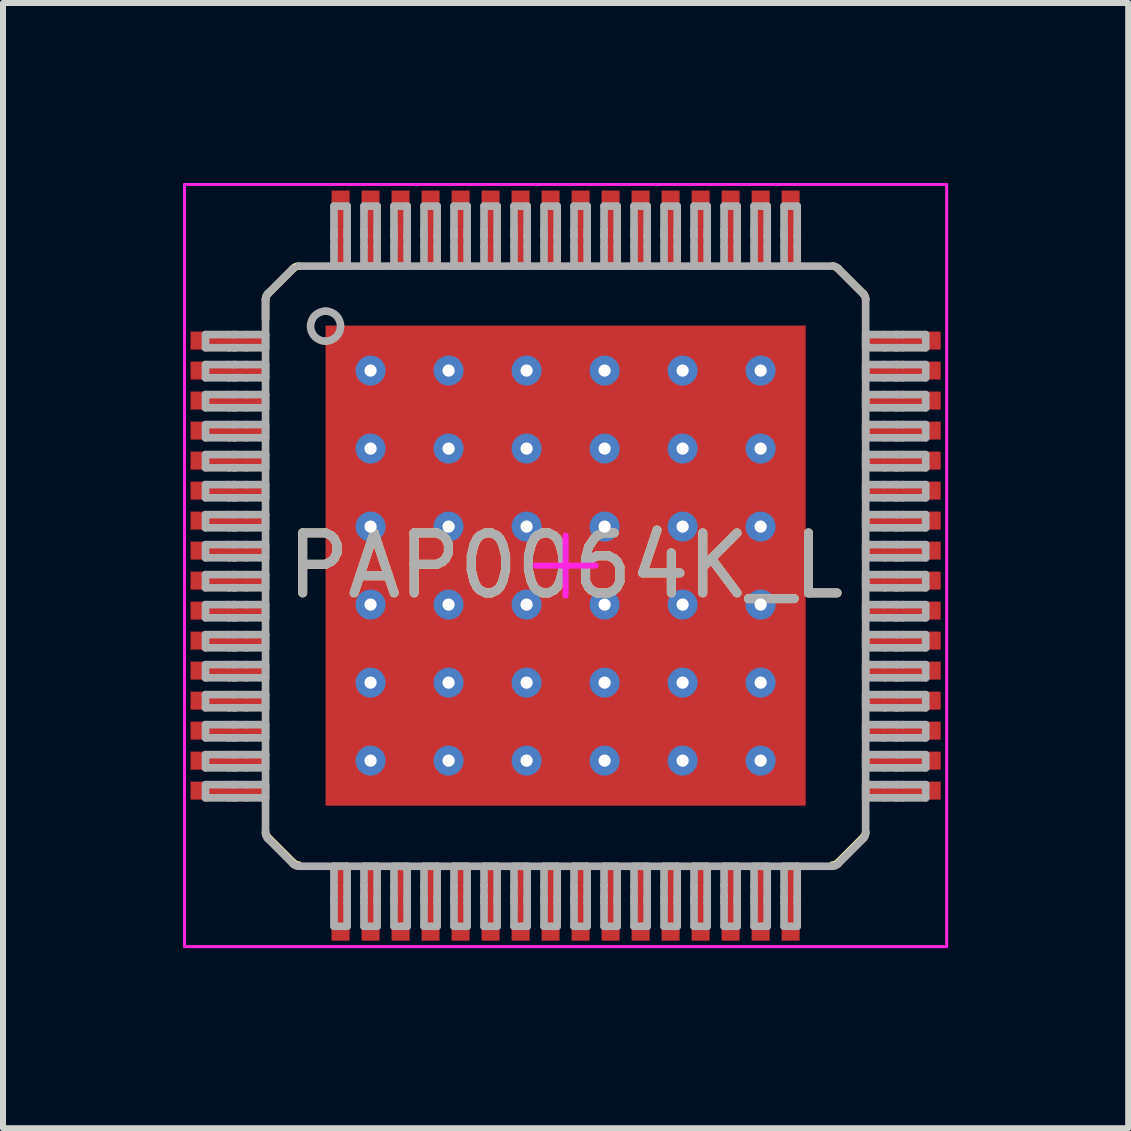
<source format=kicad_pcb>
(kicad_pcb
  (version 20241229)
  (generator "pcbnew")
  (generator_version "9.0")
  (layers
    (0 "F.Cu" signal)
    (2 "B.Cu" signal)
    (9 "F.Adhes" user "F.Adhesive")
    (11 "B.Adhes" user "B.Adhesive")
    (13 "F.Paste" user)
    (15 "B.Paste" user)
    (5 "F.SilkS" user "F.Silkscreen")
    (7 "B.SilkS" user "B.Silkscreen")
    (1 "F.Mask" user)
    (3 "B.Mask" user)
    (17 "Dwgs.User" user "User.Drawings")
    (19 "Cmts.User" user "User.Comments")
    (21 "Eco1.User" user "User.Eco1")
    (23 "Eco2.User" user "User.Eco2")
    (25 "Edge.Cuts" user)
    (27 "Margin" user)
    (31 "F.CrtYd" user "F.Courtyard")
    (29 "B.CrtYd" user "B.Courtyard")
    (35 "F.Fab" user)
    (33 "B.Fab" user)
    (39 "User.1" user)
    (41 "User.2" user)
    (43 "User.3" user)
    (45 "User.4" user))
  (footprint "PAP0064K_L"
    (layer "F.Cu")
    (at 6.375 6.375)
    (property "Reference" "PAP0064K_L" (at 0 0 0) (unlocked yes) (layer "F.SilkS") (effects (font (size 1 1) (thickness 0.15))))
    (attr smd)
    (fp_poly (pts (xy -2.32 2.274) (xy -2.32 -2.274) (xy -2.319 -2.283) (xy -2.316 -2.291) (xy -2.312 -2.299) (xy -2.306 -2.306) (xy -2.299 -2.312) (xy -2.291 -2.316) (xy -2.283 -2.319) (xy -2.274 -2.32) (xy 2.274 -2.32) (xy 2.283 -2.319) (xy 2.291 -2.316) (xy 2.299 -2.312) (xy 2.306 -2.306) (xy 2.312 -2.299) (xy 2.316 -2.291) (xy 2.319 -2.283) (xy 2.32 -2.274) (xy 2.32 2.274) (xy 2.319 2.283) (xy 2.316 2.291) (xy 2.312 2.299) (xy 2.306 2.306) (xy 2.299 2.312) (xy 2.291 2.316) (xy 2.283 2.319) (xy 2.274 2.32) (xy -2.274 2.32) (xy -2.283 2.319) (xy -2.291 2.316) (xy -2.299 2.312) (xy -2.306 2.306) (xy -2.312 2.299) (xy -2.316 2.291) (xy -2.319 2.283)) (stroke (width 0) (type solid)) (fill yes) (layer "F.Mask"))
    (fp_line (start -5 -4.438) (end -5 -4.1) (stroke (width 0.127) (type solid)) (layer "F.SilkS"))
    (fp_line (start -4.963 -4.527) (end -4.537 -4.953) (stroke (width 0.127) (type solid)) (layer "F.SilkS"))
    (fp_line (start -4.963 4.527) (end -4.537 4.953) (stroke (width 0.127) (type solid)) (layer "F.SilkS"))
    (fp_line (start 4.537 -4.953) (end 4.963 -4.527) (stroke (width 0.127) (type solid)) (layer "F.SilkS"))
    (fp_line (start 4.537 4.953) (end 4.963 4.527) (stroke (width 0.127) (type solid)) (layer "F.SilkS"))
    (fp_arc (start -5.000004 -4.437959) (mid -4.990344 -4.485986) (end -4.963224 -4.526783) (stroke (width 0.127) (type solid)) (layer "F.SilkS"))
    (fp_arc (start -4.963225 4.526783) (mid -4.990344 4.485986) (end -5.000004 4.437959) (stroke (width 0.127) (type solid)) (layer "F.SilkS"))
    (fp_arc (start -4.536808 -4.953199) (mid -4.496011 -4.980319) (end -4.447984 -4.989979) (stroke (width 0.127) (type solid)) (layer "F.SilkS"))
    (fp_arc (start -4.447984 4.989979) (mid -4.496011 4.980319) (end -4.536809 4.953199) (stroke (width 0.127) (type solid)) (layer "F.SilkS"))
    (fp_arc (start 4.447984 -4.989979) (mid 4.496011 -4.980319) (end 4.536809 -4.953199) (stroke (width 0.127) (type solid)) (layer "F.SilkS"))
    (fp_arc (start 4.536808 4.953199) (mid 4.496011 4.980319) (end 4.447984 4.989979) (stroke (width 0.127) (type solid)) (layer "F.SilkS"))
    (fp_arc (start 4.963225 -4.526783) (mid 4.990344 -4.485986) (end 5.000004 -4.437959) (stroke (width 0.127) (type solid)) (layer "F.SilkS"))
    (fp_arc (start 5.000004 4.437959) (mid 4.990344 4.485986) (end 4.963224 4.526783) (stroke (width 0.127) (type solid)) (layer "F.SilkS"))
    (fp_poly (pts (xy -2.32 2.274) (xy -2.32 -2.274) (xy -2.319 -2.283) (xy -2.316 -2.291) (xy -2.312 -2.299) (xy -2.306 -2.306) (xy -2.299 -2.312) (xy -2.291 -2.316) (xy -2.283 -2.319) (xy -2.274 -2.32) (xy 2.274 -2.32) (xy 2.283 -2.319) (xy 2.291 -2.316) (xy 2.299 -2.312) (xy 2.306 -2.306) (xy 2.312 -2.299) (xy 2.316 -2.291) (xy 2.319 -2.283) (xy 2.32 -2.274) (xy 2.32 2.274) (xy 2.319 2.283) (xy 2.316 2.291) (xy 2.312 2.299) (xy 2.306 2.306) (xy 2.299 2.312) (xy 2.291 2.316) (xy 2.283 2.319) (xy 2.274 2.32) (xy -2.274 2.32) (xy -2.283 2.319) (xy -2.291 2.316) (xy -2.299 2.312) (xy -2.306 2.306) (xy -2.312 2.299) (xy -2.316 2.291) (xy -2.319 2.283)) (stroke (width 0) (type solid)) (fill yes) (layer "F.Paste"))
    (fp_line (start -6.35 -6.35) (end 6.35 -6.35) (stroke (width 0.05) (type solid)) (layer "F.CrtYd"))
    (fp_line (start -6.35 6.35) (end -6.35 -6.35) (stroke (width 0.05) (type solid)) (layer "F.CrtYd"))
    (fp_line (start -6.35 6.35) (end 6.35 6.35) (stroke (width 0.05) (type solid)) (layer "F.CrtYd"))
    (fp_line (start -0.5 0) (end 0.5 0) (stroke (width 0.1) (type solid)) (layer "F.CrtYd"))
    (fp_line (start 0 0.5) (end 0 -0.5) (stroke (width 0.1) (type solid)) (layer "F.CrtYd"))
    (fp_line (start 6.35 6.35) (end 6.35 -6.35) (stroke (width 0.05) (type solid)) (layer "F.CrtYd"))
    (fp_line (start -6 -3.85) (end -5.61 -3.85) (stroke (width 0.127) (type solid)) (layer "F.Fab"))
    (fp_line (start -6 -3.63) (end -6 -3.85) (stroke (width 0.127) (type solid)) (layer "F.Fab"))
    (fp_line (start -6 -3.63) (end -5.61 -3.63) (stroke (width 0.127) (type solid)) (layer "F.Fab"))
    (fp_line (start -6 -3.35) (end -5.61 -3.35) (stroke (width 0.127) (type solid)) (layer "F.Fab"))
    (fp_line (start -6 -3.13) (end -6 -3.35) (stroke (width 0.127) (type solid)) (layer "F.Fab"))
    (fp_line (start -6 -3.13) (end -5.61 -3.13) (stroke (width 0.127) (type solid)) (layer "F.Fab"))
    (fp_line (start -6 -2.85) (end -5.61 -2.85) (stroke (width 0.127) (type solid)) (layer "F.Fab"))
    (fp_line (start -6 -2.63) (end -6 -2.85) (stroke (width 0.127) (type solid)) (layer "F.Fab"))
    (fp_line (start -6 -2.63) (end -5.61 -2.63) (stroke (width 0.127) (type solid)) (layer "F.Fab"))
    (fp_line (start -6 -2.35) (end -5.61 -2.35) (stroke (width 0.127) (type solid)) (layer "F.Fab"))
    (fp_line (start -6 -2.13) (end -6 -2.35) (stroke (width 0.127) (type solid)) (layer "F.Fab"))
    (fp_line (start -6 -2.13) (end -5.61 -2.13) (stroke (width 0.127) (type solid)) (layer "F.Fab"))
    (fp_line (start -6 -1.85) (end -5.61 -1.85) (stroke (width 0.127) (type solid)) (layer "F.Fab"))
    (fp_line (start -6 -1.63) (end -6 -1.85) (stroke (width 0.127) (type solid)) (layer "F.Fab"))
    (fp_line (start -6 -1.63) (end -5.61 -1.63) (stroke (width 0.127) (type solid)) (layer "F.Fab"))
    (fp_line (start -6 -1.35) (end -5.61 -1.35) (stroke (width 0.127) (type solid)) (layer "F.Fab"))
    (fp_line (start -6 -1.13) (end -6 -1.35) (stroke (width 0.127) (type solid)) (layer "F.Fab"))
    (fp_line (start -6 -1.13) (end -5.61 -1.13) (stroke (width 0.127) (type solid)) (layer "F.Fab"))
    (fp_line (start -6 -0.85) (end -5.61 -0.85) (stroke (width 0.127) (type solid)) (layer "F.Fab"))
    (fp_line (start -6 -0.63) (end -6 -0.85) (stroke (width 0.127) (type solid)) (layer "F.Fab"))
    (fp_line (start -6 -0.63) (end -5.61 -0.63) (stroke (width 0.127) (type solid)) (layer "F.Fab"))
    (fp_line (start -6 -0.35) (end -5.61 -0.35) (stroke (width 0.127) (type solid)) (layer "F.Fab"))
    (fp_line (start -6 -0.13) (end -6 -0.35) (stroke (width 0.127) (type solid)) (layer "F.Fab"))
    (fp_line (start -6 -0.13) (end -5.61 -0.13) (stroke (width 0.127) (type solid)) (layer "F.Fab"))
    (fp_line (start -6 0.15) (end -5.61 0.15) (stroke (width 0.127) (type solid)) (layer "F.Fab"))
    (fp_line (start -6 0.37) (end -6 0.15) (stroke (width 0.127) (type solid)) (layer "F.Fab"))
    (fp_line (start -6 0.37) (end -5.61 0.37) (stroke (width 0.127) (type solid)) (layer "F.Fab"))
    (fp_line (start -6 0.65) (end -5.61 0.65) (stroke (width 0.127) (type solid)) (layer "F.Fab"))
    (fp_line (start -6 0.87) (end -6 0.65) (stroke (width 0.127) (type solid)) (layer "F.Fab"))
    (fp_line (start -6 0.87) (end -5.61 0.87) (stroke (width 0.127) (type solid)) (layer "F.Fab"))
    (fp_line (start -6 1.15) (end -5.61 1.15) (stroke (width 0.127) (type solid)) (layer "F.Fab"))
    (fp_line (start -6 1.37) (end -6 1.15) (stroke (width 0.127) (type solid)) (layer "F.Fab"))
    (fp_line (start -6 1.37) (end -5.61 1.37) (stroke (width 0.127) (type solid)) (layer "F.Fab"))
    (fp_line (start -6 1.65) (end -5.61 1.65) (stroke (width 0.127) (type solid)) (layer "F.Fab"))
    (fp_line (start -6 1.87) (end -6 1.65) (stroke (width 0.127) (type solid)) (layer "F.Fab"))
    (fp_line (start -6 1.87) (end -5.61 1.87) (stroke (width 0.127) (type solid)) (layer "F.Fab"))
    (fp_line (start -6 2.15) (end -5.61 2.15) (stroke (width 0.127) (type solid)) (layer "F.Fab"))
    (fp_line (start -6 2.37) (end -6 2.15) (stroke (width 0.127) (type solid)) (layer "F.Fab"))
    (fp_line (start -6 2.37) (end -5.61 2.37) (stroke (width 0.127) (type solid)) (layer "F.Fab"))
    (fp_line (start -6 2.65) (end -5.61 2.65) (stroke (width 0.127) (type solid)) (layer "F.Fab"))
    (fp_line (start -6 2.87) (end -6 2.65) (stroke (width 0.127) (type solid)) (layer "F.Fab"))
    (fp_line (start -6 2.87) (end -5.61 2.87) (stroke (width 0.127) (type solid)) (layer "F.Fab"))
    (fp_line (start -6 3.15) (end -5.61 3.15) (stroke (width 0.127) (type solid)) (layer "F.Fab"))
    (fp_line (start -6 3.37) (end -6 3.15) (stroke (width 0.127) (type solid)) (layer "F.Fab"))
    (fp_line (start -6 3.37) (end -5.61 3.37) (stroke (width 0.127) (type solid)) (layer "F.Fab"))
    (fp_line (start -6 3.65) (end -5.61 3.65) (stroke (width 0.127) (type solid)) (layer "F.Fab"))
    (fp_line (start -6 3.87) (end -6 3.65) (stroke (width 0.127) (type solid)) (layer "F.Fab"))
    (fp_line (start -6 3.87) (end -5.61 3.87) (stroke (width 0.127) (type solid)) (layer "F.Fab"))
    (fp_line (start -5.61 -3.85) (end -5.53 -3.85) (stroke (width 0.127) (type solid)) (layer "F.Fab"))
    (fp_line (start -5.61 -3.63) (end -5.53 -3.63) (stroke (width 0.127) (type solid)) (layer "F.Fab"))
    (fp_line (start -5.61 -3.35) (end -5.53 -3.35) (stroke (width 0.127) (type solid)) (layer "F.Fab"))
    (fp_line (start -5.61 -3.13) (end -5.53 -3.13) (stroke (width 0.127) (type solid)) (layer "F.Fab"))
    (fp_line (start -5.61 -2.85) (end -5.53 -2.85) (stroke (width 0.127) (type solid)) (layer "F.Fab"))
    (fp_line (start -5.61 -2.63) (end -5.53 -2.63) (stroke (width 0.127) (type solid)) (layer "F.Fab"))
    (fp_line (start -5.61 -2.35) (end -5.53 -2.35) (stroke (width 0.127) (type solid)) (layer "F.Fab"))
    (fp_line (start -5.61 -2.13) (end -5.53 -2.13) (stroke (width 0.127) (type solid)) (layer "F.Fab"))
    (fp_line (start -5.61 -1.85) (end -5.53 -1.85) (stroke (width 0.127) (type solid)) (layer "F.Fab"))
    (fp_line (start -5.61 -1.63) (end -5.53 -1.63) (stroke (width 0.127) (type solid)) (layer "F.Fab"))
    (fp_line (start -5.61 -1.35) (end -5.53 -1.35) (stroke (width 0.127) (type solid)) (layer "F.Fab"))
    (fp_line (start -5.61 -1.13) (end -5.53 -1.13) (stroke (width 0.127) (type solid)) (layer "F.Fab"))
    (fp_line (start -5.61 -0.85) (end -5.53 -0.85) (stroke (width 0.127) (type solid)) (layer "F.Fab"))
    (fp_line (start -5.61 -0.63) (end -5.53 -0.63) (stroke (width 0.127) (type solid)) (layer "F.Fab"))
    (fp_line (start -5.61 -0.35) (end -5.53 -0.35) (stroke (width 0.127) (type solid)) (layer "F.Fab"))
    (fp_line (start -5.61 -0.13) (end -5.53 -0.13) (stroke (width 0.127) (type solid)) (layer "F.Fab"))
    (fp_line (start -5.61 0.15) (end -5.53 0.15) (stroke (width 0.127) (type solid)) (layer "F.Fab"))
    (fp_line (start -5.61 0.37) (end -5.53 0.37) (stroke (width 0.127) (type solid)) (layer "F.Fab"))
    (fp_line (start -5.61 0.65) (end -5.53 0.65) (stroke (width 0.127) (type solid)) (layer "F.Fab"))
    (fp_line (start -5.61 0.87) (end -5.53 0.87) (stroke (width 0.127) (type solid)) (layer "F.Fab"))
    (fp_line (start -5.61 1.15) (end -5.53 1.15) (stroke (width 0.127) (type solid)) (layer "F.Fab"))
    (fp_line (start -5.61 1.37) (end -5.53 1.37) (stroke (width 0.127) (type solid)) (layer "F.Fab"))
    (fp_line (start -5.61 1.65) (end -5.53 1.65) (stroke (width 0.127) (type solid)) (layer "F.Fab"))
    (fp_line (start -5.61 1.87) (end -5.53 1.87) (stroke (width 0.127) (type solid)) (layer "F.Fab"))
    (fp_line (start -5.61 2.15) (end -5.53 2.15) (stroke (width 0.127) (type solid)) (layer "F.Fab"))
    (fp_line (start -5.61 2.37) (end -5.53 2.37) (stroke (width 0.127) (type solid)) (layer "F.Fab"))
    (fp_line (start -5.61 2.65) (end -5.53 2.65) (stroke (width 0.127) (type solid)) (layer "F.Fab"))
    (fp_line (start -5.61 2.87) (end -5.53 2.87) (stroke (width 0.127) (type solid)) (layer "F.Fab"))
    (fp_line (start -5.61 3.15) (end -5.53 3.15) (stroke (width 0.127) (type solid)) (layer "F.Fab"))
    (fp_line (start -5.61 3.37) (end -5.53 3.37) (stroke (width 0.127) (type solid)) (layer "F.Fab"))
    (fp_line (start -5.61 3.65) (end -5.53 3.65) (stroke (width 0.127) (type solid)) (layer "F.Fab"))
    (fp_line (start -5.61 3.87) (end -5.53 3.87) (stroke (width 0.127) (type solid)) (layer "F.Fab"))
    (fp_line (start -5.53 -3.85) (end -5.503 -3.85) (stroke (width 0.127) (type solid)) (layer "F.Fab"))
    (fp_line (start -5.53 -3.63) (end -5.503 -3.63) (stroke (width 0.127) (type solid)) (layer "F.Fab"))
    (fp_line (start -5.53 -3.35) (end -5.503 -3.35) (stroke (width 0.127) (type solid)) (layer "F.Fab"))
    (fp_line (start -5.53 -3.13) (end -5.503 -3.13) (stroke (width 0.127) (type solid)) (layer "F.Fab"))
    (fp_line (start -5.53 -2.85) (end -5.503 -2.85) (stroke (width 0.127) (type solid)) (layer "F.Fab"))
    (fp_line (start -5.53 -2.63) (end -5.503 -2.63) (stroke (width 0.127) (type solid)) (layer "F.Fab"))
    (fp_line (start -5.53 -2.35) (end -5.503 -2.35) (stroke (width 0.127) (type solid)) (layer "F.Fab"))
    (fp_line (start -5.53 -2.13) (end -5.503 -2.13) (stroke (width 0.127) (type solid)) (layer "F.Fab"))
    (fp_line (start -5.53 -1.85) (end -5.503 -1.85) (stroke (width 0.127) (type solid)) (layer "F.Fab"))
    (fp_line (start -5.53 -1.63) (end -5.503 -1.63) (stroke (width 0.127) (type solid)) (layer "F.Fab"))
    (fp_line (start -5.53 -1.35) (end -5.503 -1.35) (stroke (width 0.127) (type solid)) (layer "F.Fab"))
    (fp_line (start -5.53 -1.13) (end -5.503 -1.13) (stroke (width 0.127) (type solid)) (layer "F.Fab"))
    (fp_line (start -5.53 -0.85) (end -5.503 -0.85) (stroke (width 0.127) (type solid)) (layer "F.Fab"))
    (fp_line (start -5.53 -0.63) (end -5.503 -0.63) (stroke (width 0.127) (type solid)) (layer "F.Fab"))
    (fp_line (start -5.53 -0.35) (end -5.503 -0.35) (stroke (width 0.127) (type solid)) (layer "F.Fab"))
    (fp_line (start -5.53 -0.13) (end -5.503 -0.13) (stroke (width 0.127) (type solid)) (layer "F.Fab"))
    (fp_line (start -5.53 0.15) (end -5.503 0.15) (stroke (width 0.127) (type solid)) (layer "F.Fab"))
    (fp_line (start -5.53 0.37) (end -5.503 0.37) (stroke (width 0.127) (type solid)) (layer "F.Fab"))
    (fp_line (start -5.53 0.65) (end -5.503 0.65) (stroke (width 0.127) (type solid)) (layer "F.Fab"))
    (fp_line (start -5.53 0.87) (end -5.503 0.87) (stroke (width 0.127) (type solid)) (layer "F.Fab"))
    (fp_line (start -5.53 1.15) (end -5.503 1.15) (stroke (width 0.127) (type solid)) (layer "F.Fab"))
    (fp_line (start -5.53 1.37) (end -5.503 1.37) (stroke (width 0.127) (type solid)) (layer "F.Fab"))
    (fp_line (start -5.53 1.65) (end -5.503 1.65) (stroke (width 0.127) (type solid)) (layer "F.Fab"))
    (fp_line (start -5.53 1.87) (end -5.503 1.87) (stroke (width 0.127) (type solid)) (layer "F.Fab"))
    (fp_line (start -5.53 2.15) (end -5.503 2.15) (stroke (width 0.127) (type solid)) (layer "F.Fab"))
    (fp_line (start -5.53 2.37) (end -5.503 2.37) (stroke (width 0.127) (type solid)) (layer "F.Fab"))
    (fp_line (start -5.53 2.65) (end -5.503 2.65) (stroke (width 0.127) (type solid)) (layer "F.Fab"))
    (fp_line (start -5.53 2.87) (end -5.503 2.87) (stroke (width 0.127) (type solid)) (layer "F.Fab"))
    (fp_line (start -5.53 3.15) (end -5.503 3.15) (stroke (width 0.127) (type solid)) (layer "F.Fab"))
    (fp_line (start -5.53 3.37) (end -5.503 3.37) (stroke (width 0.127) (type solid)) (layer "F.Fab"))
    (fp_line (start -5.53 3.65) (end -5.503 3.65) (stroke (width 0.127) (type solid)) (layer "F.Fab"))
    (fp_line (start -5.53 3.87) (end -5.503 3.87) (stroke (width 0.127) (type solid)) (layer "F.Fab"))
    (fp_line (start -5.503 -3.85) (end -5.319 -3.85) (stroke (width 0.127) (type solid)) (layer "F.Fab"))
    (fp_line (start -5.503 -3.63) (end -5.319 -3.63) (stroke (width 0.127) (type solid)) (layer "F.Fab"))
    (fp_line (start -5.503 -3.35) (end -5.319 -3.35) (stroke (width 0.127) (type solid)) (layer "F.Fab"))
    (fp_line (start -5.503 -3.13) (end -5.319 -3.13) (stroke (width 0.127) (type solid)) (layer "F.Fab"))
    (fp_line (start -5.503 -2.85) (end -5.319 -2.85) (stroke (width 0.127) (type solid)) (layer "F.Fab"))
    (fp_line (start -5.503 -2.63) (end -5.319 -2.63) (stroke (width 0.127) (type solid)) (layer "F.Fab"))
    (fp_line (start -5.503 -2.35) (end -5.319 -2.35) (stroke (width 0.127) (type solid)) (layer "F.Fab"))
    (fp_line (start -5.503 -2.13) (end -5.319 -2.13) (stroke (width 0.127) (type solid)) (layer "F.Fab"))
    (fp_line (start -5.503 -1.85) (end -5.319 -1.85) (stroke (width 0.127) (type solid)) (layer "F.Fab"))
    (fp_line (start -5.503 -1.63) (end -5.319 -1.63) (stroke (width 0.127) (type solid)) (layer "F.Fab"))
    (fp_line (start -5.503 -1.35) (end -5.319 -1.35) (stroke (width 0.127) (type solid)) (layer "F.Fab"))
    (fp_line (start -5.503 -1.13) (end -5.319 -1.13) (stroke (width 0.127) (type solid)) (layer "F.Fab"))
    (fp_line (start -5.503 -0.85) (end -5.319 -0.85) (stroke (width 0.127) (type solid)) (layer "F.Fab"))
    (fp_line (start -5.503 -0.63) (end -5.319 -0.63) (stroke (width 0.127) (type solid)) (layer "F.Fab"))
    (fp_line (start -5.503 -0.35) (end -5.319 -0.35) (stroke (width 0.127) (type solid)) (layer "F.Fab"))
    (fp_line (start -5.503 -0.13) (end -5.319 -0.13) (stroke (width 0.127) (type solid)) (layer "F.Fab"))
    (fp_line (start -5.503 0.15) (end -5.319 0.15) (stroke (width 0.127) (type solid)) (layer "F.Fab"))
    (fp_line (start -5.503 0.37) (end -5.319 0.37) (stroke (width 0.127) (type solid)) (layer "F.Fab"))
    (fp_line (start -5.503 0.65) (end -5.319 0.65) (stroke (width 0.127) (type solid)) (layer "F.Fab"))
    (fp_line (start -5.503 0.87) (end -5.319 0.87) (stroke (width 0.127) (type solid)) (layer "F.Fab"))
    (fp_line (start -5.503 1.15) (end -5.319 1.15) (stroke (width 0.127) (type solid)) (layer "F.Fab"))
    (fp_line (start -5.503 1.37) (end -5.319 1.37) (stroke (width 0.127) (type solid)) (layer "F.Fab"))
    (fp_line (start -5.503 1.65) (end -5.319 1.65) (stroke (width 0.127) (type solid)) (layer "F.Fab"))
    (fp_line (start -5.503 1.87) (end -5.319 1.87) (stroke (width 0.127) (type solid)) (layer "F.Fab"))
    (fp_line (start -5.503 2.15) (end -5.319 2.15) (stroke (width 0.127) (type solid)) (layer "F.Fab"))
    (fp_line (start -5.503 2.37) (end -5.319 2.37) (stroke (width 0.127) (type solid)) (layer "F.Fab"))
    (fp_line (start -5.503 2.65) (end -5.319 2.65) (stroke (width 0.127) (type solid)) (layer "F.Fab"))
    (fp_line (start -5.503 2.87) (end -5.319 2.87) (stroke (width 0.127) (type solid)) (layer "F.Fab"))
    (fp_line (start -5.503 3.15) (end -5.319 3.15) (stroke (width 0.127) (type solid)) (layer "F.Fab"))
    (fp_line (start -5.503 3.37) (end -5.319 3.37) (stroke (width 0.127) (type solid)) (layer "F.Fab"))
    (fp_line (start -5.503 3.65) (end -5.319 3.65) (stroke (width 0.127) (type solid)) (layer "F.Fab"))
    (fp_line (start -5.503 3.87) (end -5.319 3.87) (stroke (width 0.127) (type solid)) (layer "F.Fab"))
    (fp_line (start -5.319 -3.85) (end -5 -3.85) (stroke (width 0.127) (type solid)) (layer "F.Fab"))
    (fp_line (start -5.319 -3.63) (end -5 -3.63) (stroke (width 0.127) (type solid)) (layer "F.Fab"))
    (fp_line (start -5.319 -3.35) (end -5 -3.35) (stroke (width 0.127) (type solid)) (layer "F.Fab"))
    (fp_line (start -5.319 -3.13) (end -5 -3.13) (stroke (width 0.127) (type solid)) (layer "F.Fab"))
    (fp_line (start -5.319 -2.85) (end -5 -2.85) (stroke (width 0.127) (type solid)) (layer "F.Fab"))
    (fp_line (start -5.319 -2.63) (end -5 -2.63) (stroke (width 0.127) (type solid)) (layer "F.Fab"))
    (fp_line (start -5.319 -2.35) (end -5 -2.35) (stroke (width 0.127) (type solid)) (layer "F.Fab"))
    (fp_line (start -5.319 -2.13) (end -5 -2.13) (stroke (width 0.127) (type solid)) (layer "F.Fab"))
    (fp_line (start -5.319 -1.85) (end -5 -1.85) (stroke (width 0.127) (type solid)) (layer "F.Fab"))
    (fp_line (start -5.319 -1.63) (end -5 -1.63) (stroke (width 0.127) (type solid)) (layer "F.Fab"))
    (fp_line (start -5.319 -1.35) (end -5 -1.35) (stroke (width 0.127) (type solid)) (layer "F.Fab"))
    (fp_line (start -5.319 -1.13) (end -5 -1.13) (stroke (width 0.127) (type solid)) (layer "F.Fab"))
    (fp_line (start -5.319 -0.85) (end -5 -0.85) (stroke (width 0.127) (type solid)) (layer "F.Fab"))
    (fp_line (start -5.319 -0.63) (end -5 -0.63) (stroke (width 0.127) (type solid)) (layer "F.Fab"))
    (fp_line (start -5.319 -0.35) (end -5 -0.35) (stroke (width 0.127) (type solid)) (layer "F.Fab"))
    (fp_line (start -5.319 -0.13) (end -5 -0.13) (stroke (width 0.127) (type solid)) (layer "F.Fab"))
    (fp_line (start -5.319 0.15) (end -5 0.15) (stroke (width 0.127) (type solid)) (layer "F.Fab"))
    (fp_line (start -5.319 0.37) (end -5 0.37) (stroke (width 0.127) (type solid)) (layer "F.Fab"))
    (fp_line (start -5.319 0.65) (end -5 0.65) (stroke (width 0.127) (type solid)) (layer "F.Fab"))
    (fp_line (start -5.319 0.87) (end -5 0.87) (stroke (width 0.127) (type solid)) (layer "F.Fab"))
    (fp_line (start -5.319 1.15) (end -5 1.15) (stroke (width 0.127) (type solid)) (layer "F.Fab"))
    (fp_line (start -5.319 1.37) (end -5 1.37) (stroke (width 0.127) (type solid)) (layer "F.Fab"))
    (fp_line (start -5.319 1.65) (end -5 1.65) (stroke (width 0.127) (type solid)) (layer "F.Fab"))
    (fp_line (start -5.319 1.87) (end -5 1.87) (stroke (width 0.127) (type solid)) (layer "F.Fab"))
    (fp_line (start -5.319 2.15) (end -5 2.15) (stroke (width 0.127) (type solid)) (layer "F.Fab"))
    (fp_line (start -5.319 2.37) (end -5 2.37) (stroke (width 0.127) (type solid)) (layer "F.Fab"))
    (fp_line (start -5.319 2.65) (end -5 2.65) (stroke (width 0.127) (type solid)) (layer "F.Fab"))
    (fp_line (start -5.319 2.87) (end -5 2.87) (stroke (width 0.127) (type solid)) (layer "F.Fab"))
    (fp_line (start -5.319 3.15) (end -5 3.15) (stroke (width 0.127) (type solid)) (layer "F.Fab"))
    (fp_line (start -5.319 3.37) (end -5 3.37) (stroke (width 0.127) (type solid)) (layer "F.Fab"))
    (fp_line (start -5.319 3.65) (end -5 3.65) (stroke (width 0.127) (type solid)) (layer "F.Fab"))
    (fp_line (start -5.319 3.87) (end -5 3.87) (stroke (width 0.127) (type solid)) (layer "F.Fab"))
    (fp_line (start -5 -3.63) (end -5 -3.85) (stroke (width 0.127) (type solid)) (layer "F.Fab"))
    (fp_line (start -5 -3.13) (end -5 -3.35) (stroke (width 0.127) (type solid)) (layer "F.Fab"))
    (fp_line (start -5 -2.63) (end -5 -2.85) (stroke (width 0.127) (type solid)) (layer "F.Fab"))
    (fp_line (start -5 -2.13) (end -5 -2.35) (stroke (width 0.127) (type solid)) (layer "F.Fab"))
    (fp_line (start -5 -1.63) (end -5 -1.85) (stroke (width 0.127) (type solid)) (layer "F.Fab"))
    (fp_line (start -5 -1.13) (end -5 -1.35) (stroke (width 0.127) (type solid)) (layer "F.Fab"))
    (fp_line (start -5 -0.63) (end -5 -0.85) (stroke (width 0.127) (type solid)) (layer "F.Fab"))
    (fp_line (start -5 -0.13) (end -5 -0.35) (stroke (width 0.127) (type solid)) (layer "F.Fab"))
    (fp_line (start -5 0.37) (end -5 0.15) (stroke (width 0.127) (type solid)) (layer "F.Fab"))
    (fp_line (start -5 0.87) (end -5 0.65) (stroke (width 0.127) (type solid)) (layer "F.Fab"))
    (fp_line (start -5 1.37) (end -5 1.15) (stroke (width 0.127) (type solid)) (layer "F.Fab"))
    (fp_line (start -5 1.87) (end -5 1.65) (stroke (width 0.127) (type solid)) (layer "F.Fab"))
    (fp_line (start -5 2.37) (end -5 2.15) (stroke (width 0.127) (type solid)) (layer "F.Fab"))
    (fp_line (start -5 2.87) (end -5 2.65) (stroke (width 0.127) (type solid)) (layer "F.Fab"))
    (fp_line (start -5 3.37) (end -5 3.15) (stroke (width 0.127) (type solid)) (layer "F.Fab"))
    (fp_line (start -5 3.87) (end -5 3.65) (stroke (width 0.127) (type solid)) (layer "F.Fab"))
    (fp_line (start -5 4.458) (end -5 -4.438) (stroke (width 0.127) (type solid)) (layer "F.Fab"))
    (fp_line (start -4.963 -4.527) (end -4.537 -4.953) (stroke (width 0.127) (type solid)) (layer "F.Fab"))
    (fp_line (start -4.963 4.547) (end -4.537 4.973) (stroke (width 0.127) (type solid)) (layer "F.Fab"))
    (fp_line (start -4.448 -4.99) (end 4.448 -4.99) (stroke (width 0.127) (type solid)) (layer "F.Fab"))
    (fp_line (start -4.448 5.01) (end 4.448 5.01) (stroke (width 0.127) (type solid)) (layer "F.Fab"))
    (fp_line (start -3.86 -5.99) (end -3.64 -5.99) (stroke (width 0.127) (type solid)) (layer "F.Fab"))
    (fp_line (start -3.86 -5.6) (end -3.86 -5.99) (stroke (width 0.127) (type solid)) (layer "F.Fab"))
    (fp_line (start -3.86 -5.52) (end -3.86 -5.6) (stroke (width 0.127) (type solid)) (layer "F.Fab"))
    (fp_line (start -3.86 -5.493) (end -3.86 -5.52) (stroke (width 0.127) (type solid)) (layer "F.Fab"))
    (fp_line (start -3.86 -5.309) (end -3.86 -5.493) (stroke (width 0.127) (type solid)) (layer "F.Fab"))
    (fp_line (start -3.86 -4.99) (end -3.86 -5.309) (stroke (width 0.127) (type solid)) (layer "F.Fab"))
    (fp_line (start -3.86 -4.99) (end -3.64 -4.99) (stroke (width 0.127) (type solid)) (layer "F.Fab"))
    (fp_line (start -3.86 5.01) (end -3.64 5.01) (stroke (width 0.127) (type solid)) (layer "F.Fab"))
    (fp_line (start -3.86 5.329) (end -3.86 5.01) (stroke (width 0.127) (type solid)) (layer "F.Fab"))
    (fp_line (start -3.86 5.513) (end -3.86 5.329) (stroke (width 0.127) (type solid)) (layer "F.Fab"))
    (fp_line (start -3.86 5.54) (end -3.86 5.513) (stroke (width 0.127) (type solid)) (layer "F.Fab"))
    (fp_line (start -3.86 5.62) (end -3.86 5.54) (stroke (width 0.127) (type solid)) (layer "F.Fab"))
    (fp_line (start -3.86 6.01) (end -3.86 5.62) (stroke (width 0.127) (type solid)) (layer "F.Fab"))
    (fp_line (start -3.86 6.01) (end -3.64 6.01) (stroke (width 0.127) (type solid)) (layer "F.Fab"))
    (fp_line (start -3.64 -5.6) (end -3.64 -5.99) (stroke (width 0.127) (type solid)) (layer "F.Fab"))
    (fp_line (start -3.64 -5.52) (end -3.64 -5.6) (stroke (width 0.127) (type solid)) (layer "F.Fab"))
    (fp_line (start -3.64 -5.493) (end -3.64 -5.52) (stroke (width 0.127) (type solid)) (layer "F.Fab"))
    (fp_line (start -3.64 -5.309) (end -3.64 -5.493) (stroke (width 0.127) (type solid)) (layer "F.Fab"))
    (fp_line (start -3.64 -4.99) (end -3.64 -5.309) (stroke (width 0.127) (type solid)) (layer "F.Fab"))
    (fp_line (start -3.64 5.329) (end -3.64 5.01) (stroke (width 0.127) (type solid)) (layer "F.Fab"))
    (fp_line (start -3.64 5.513) (end -3.64 5.329) (stroke (width 0.127) (type solid)) (layer "F.Fab"))
    (fp_line (start -3.64 5.54) (end -3.64 5.513) (stroke (width 0.127) (type solid)) (layer "F.Fab"))
    (fp_line (start -3.64 5.62) (end -3.64 5.54) (stroke (width 0.127) (type solid)) (layer "F.Fab"))
    (fp_line (start -3.64 6.01) (end -3.64 5.62) (stroke (width 0.127) (type solid)) (layer "F.Fab"))
    (fp_line (start -3.36 -5.99) (end -3.14 -5.99) (stroke (width 0.127) (type solid)) (layer "F.Fab"))
    (fp_line (start -3.36 -5.6) (end -3.36 -5.99) (stroke (width 0.127) (type solid)) (layer "F.Fab"))
    (fp_line (start -3.36 -5.52) (end -3.36 -5.6) (stroke (width 0.127) (type solid)) (layer "F.Fab"))
    (fp_line (start -3.36 -5.493) (end -3.36 -5.52) (stroke (width 0.127) (type solid)) (layer "F.Fab"))
    (fp_line (start -3.36 -5.309) (end -3.36 -5.493) (stroke (width 0.127) (type solid)) (layer "F.Fab"))
    (fp_line (start -3.36 -4.99) (end -3.36 -5.309) (stroke (width 0.127) (type solid)) (layer "F.Fab"))
    (fp_line (start -3.36 -4.99) (end -3.14 -4.99) (stroke (width 0.127) (type solid)) (layer "F.Fab"))
    (fp_line (start -3.36 5.01) (end -3.14 5.01) (stroke (width 0.127) (type solid)) (layer "F.Fab"))
    (fp_line (start -3.36 5.329) (end -3.36 5.01) (stroke (width 0.127) (type solid)) (layer "F.Fab"))
    (fp_line (start -3.36 5.513) (end -3.36 5.329) (stroke (width 0.127) (type solid)) (layer "F.Fab"))
    (fp_line (start -3.36 5.54) (end -3.36 5.513) (stroke (width 0.127) (type solid)) (layer "F.Fab"))
    (fp_line (start -3.36 5.62) (end -3.36 5.54) (stroke (width 0.127) (type solid)) (layer "F.Fab"))
    (fp_line (start -3.36 6.01) (end -3.36 5.62) (stroke (width 0.127) (type solid)) (layer "F.Fab"))
    (fp_line (start -3.36 6.01) (end -3.14 6.01) (stroke (width 0.127) (type solid)) (layer "F.Fab"))
    (fp_line (start -3.14 -5.6) (end -3.14 -5.99) (stroke (width 0.127) (type solid)) (layer "F.Fab"))
    (fp_line (start -3.14 -5.52) (end -3.14 -5.6) (stroke (width 0.127) (type solid)) (layer "F.Fab"))
    (fp_line (start -3.14 -5.493) (end -3.14 -5.52) (stroke (width 0.127) (type solid)) (layer "F.Fab"))
    (fp_line (start -3.14 -5.309) (end -3.14 -5.493) (stroke (width 0.127) (type solid)) (layer "F.Fab"))
    (fp_line (start -3.14 -4.99) (end -3.14 -5.309) (stroke (width 0.127) (type solid)) (layer "F.Fab"))
    (fp_line (start -3.14 5.329) (end -3.14 5.01) (stroke (width 0.127) (type solid)) (layer "F.Fab"))
    (fp_line (start -3.14 5.513) (end -3.14 5.329) (stroke (width 0.127) (type solid)) (layer "F.Fab"))
    (fp_line (start -3.14 5.54) (end -3.14 5.513) (stroke (width 0.127) (type solid)) (layer "F.Fab"))
    (fp_line (start -3.14 5.62) (end -3.14 5.54) (stroke (width 0.127) (type solid)) (layer "F.Fab"))
    (fp_line (start -3.14 6.01) (end -3.14 5.62) (stroke (width 0.127) (type solid)) (layer "F.Fab"))
    (fp_line (start -2.86 -5.99) (end -2.64 -5.99) (stroke (width 0.127) (type solid)) (layer "F.Fab"))
    (fp_line (start -2.86 -5.6) (end -2.86 -5.99) (stroke (width 0.127) (type solid)) (layer "F.Fab"))
    (fp_line (start -2.86 -5.52) (end -2.86 -5.6) (stroke (width 0.127) (type solid)) (layer "F.Fab"))
    (fp_line (start -2.86 -5.493) (end -2.86 -5.52) (stroke (width 0.127) (type solid)) (layer "F.Fab"))
    (fp_line (start -2.86 -5.309) (end -2.86 -5.493) (stroke (width 0.127) (type solid)) (layer "F.Fab"))
    (fp_line (start -2.86 -4.99) (end -2.86 -5.309) (stroke (width 0.127) (type solid)) (layer "F.Fab"))
    (fp_line (start -2.86 -4.99) (end -2.64 -4.99) (stroke (width 0.127) (type solid)) (layer "F.Fab"))
    (fp_line (start -2.86 5.01) (end -2.64 5.01) (stroke (width 0.127) (type solid)) (layer "F.Fab"))
    (fp_line (start -2.86 5.329) (end -2.86 5.01) (stroke (width 0.127) (type solid)) (layer "F.Fab"))
    (fp_line (start -2.86 5.513) (end -2.86 5.329) (stroke (width 0.127) (type solid)) (layer "F.Fab"))
    (fp_line (start -2.86 5.54) (end -2.86 5.513) (stroke (width 0.127) (type solid)) (layer "F.Fab"))
    (fp_line (start -2.86 5.62) (end -2.86 5.54) (stroke (width 0.127) (type solid)) (layer "F.Fab"))
    (fp_line (start -2.86 6.01) (end -2.86 5.62) (stroke (width 0.127) (type solid)) (layer "F.Fab"))
    (fp_line (start -2.86 6.01) (end -2.64 6.01) (stroke (width 0.127) (type solid)) (layer "F.Fab"))
    (fp_line (start -2.64 -5.6) (end -2.64 -5.99) (stroke (width 0.127) (type solid)) (layer "F.Fab"))
    (fp_line (start -2.64 -5.52) (end -2.64 -5.6) (stroke (width 0.127) (type solid)) (layer "F.Fab"))
    (fp_line (start -2.64 -5.493) (end -2.64 -5.52) (stroke (width 0.127) (type solid)) (layer "F.Fab"))
    (fp_line (start -2.64 -5.309) (end -2.64 -5.493) (stroke (width 0.127) (type solid)) (layer "F.Fab"))
    (fp_line (start -2.64 -4.99) (end -2.64 -5.309) (stroke (width 0.127) (type solid)) (layer "F.Fab"))
    (fp_line (start -2.64 5.329) (end -2.64 5.01) (stroke (width 0.127) (type solid)) (layer "F.Fab"))
    (fp_line (start -2.64 5.513) (end -2.64 5.329) (stroke (width 0.127) (type solid)) (layer "F.Fab"))
    (fp_line (start -2.64 5.54) (end -2.64 5.513) (stroke (width 0.127) (type solid)) (layer "F.Fab"))
    (fp_line (start -2.64 5.62) (end -2.64 5.54) (stroke (width 0.127) (type solid)) (layer "F.Fab"))
    (fp_line (start -2.64 6.01) (end -2.64 5.62) (stroke (width 0.127) (type solid)) (layer "F.Fab"))
    (fp_line (start -2.36 -5.99) (end -2.14 -5.99) (stroke (width 0.127) (type solid)) (layer "F.Fab"))
    (fp_line (start -2.36 -5.6) (end -2.36 -5.99) (stroke (width 0.127) (type solid)) (layer "F.Fab"))
    (fp_line (start -2.36 -5.52) (end -2.36 -5.6) (stroke (width 0.127) (type solid)) (layer "F.Fab"))
    (fp_line (start -2.36 -5.493) (end -2.36 -5.52) (stroke (width 0.127) (type solid)) (layer "F.Fab"))
    (fp_line (start -2.36 -5.309) (end -2.36 -5.493) (stroke (width 0.127) (type solid)) (layer "F.Fab"))
    (fp_line (start -2.36 -4.99) (end -2.36 -5.309) (stroke (width 0.127) (type solid)) (layer "F.Fab"))
    (fp_line (start -2.36 -4.99) (end -2.14 -4.99) (stroke (width 0.127) (type solid)) (layer "F.Fab"))
    (fp_line (start -2.36 5.01) (end -2.14 5.01) (stroke (width 0.127) (type solid)) (layer "F.Fab"))
    (fp_line (start -2.36 5.329) (end -2.36 5.01) (stroke (width 0.127) (type solid)) (layer "F.Fab"))
    (fp_line (start -2.36 5.513) (end -2.36 5.329) (stroke (width 0.127) (type solid)) (layer "F.Fab"))
    (fp_line (start -2.36 5.54) (end -2.36 5.513) (stroke (width 0.127) (type solid)) (layer "F.Fab"))
    (fp_line (start -2.36 5.62) (end -2.36 5.54) (stroke (width 0.127) (type solid)) (layer "F.Fab"))
    (fp_line (start -2.36 6.01) (end -2.36 5.62) (stroke (width 0.127) (type solid)) (layer "F.Fab"))
    (fp_line (start -2.36 6.01) (end -2.14 6.01) (stroke (width 0.127) (type solid)) (layer "F.Fab"))
    (fp_line (start -2.14 -5.6) (end -2.14 -5.99) (stroke (width 0.127) (type solid)) (layer "F.Fab"))
    (fp_line (start -2.14 -5.52) (end -2.14 -5.6) (stroke (width 0.127) (type solid)) (layer "F.Fab"))
    (fp_line (start -2.14 -5.493) (end -2.14 -5.52) (stroke (width 0.127) (type solid)) (layer "F.Fab"))
    (fp_line (start -2.14 -5.309) (end -2.14 -5.493) (stroke (width 0.127) (type solid)) (layer "F.Fab"))
    (fp_line (start -2.14 -4.99) (end -2.14 -5.309) (stroke (width 0.127) (type solid)) (layer "F.Fab"))
    (fp_line (start -2.14 5.329) (end -2.14 5.01) (stroke (width 0.127) (type solid)) (layer "F.Fab"))
    (fp_line (start -2.14 5.513) (end -2.14 5.329) (stroke (width 0.127) (type solid)) (layer "F.Fab"))
    (fp_line (start -2.14 5.54) (end -2.14 5.513) (stroke (width 0.127) (type solid)) (layer "F.Fab"))
    (fp_line (start -2.14 5.62) (end -2.14 5.54) (stroke (width 0.127) (type solid)) (layer "F.Fab"))
    (fp_line (start -2.14 6.01) (end -2.14 5.62) (stroke (width 0.127) (type solid)) (layer "F.Fab"))
    (fp_line (start -1.86 -5.99) (end -1.64 -5.99) (stroke (width 0.127) (type solid)) (layer "F.Fab"))
    (fp_line (start -1.86 -5.6) (end -1.86 -5.99) (stroke (width 0.127) (type solid)) (layer "F.Fab"))
    (fp_line (start -1.86 -5.52) (end -1.86 -5.6) (stroke (width 0.127) (type solid)) (layer "F.Fab"))
    (fp_line (start -1.86 -5.493) (end -1.86 -5.52) (stroke (width 0.127) (type solid)) (layer "F.Fab"))
    (fp_line (start -1.86 -5.309) (end -1.86 -5.493) (stroke (width 0.127) (type solid)) (layer "F.Fab"))
    (fp_line (start -1.86 -4.99) (end -1.86 -5.309) (stroke (width 0.127) (type solid)) (layer "F.Fab"))
    (fp_line (start -1.86 -4.99) (end -1.64 -4.99) (stroke (width 0.127) (type solid)) (layer "F.Fab"))
    (fp_line (start -1.86 5.01) (end -1.64 5.01) (stroke (width 0.127) (type solid)) (layer "F.Fab"))
    (fp_line (start -1.86 5.329) (end -1.86 5.01) (stroke (width 0.127) (type solid)) (layer "F.Fab"))
    (fp_line (start -1.86 5.513) (end -1.86 5.329) (stroke (width 0.127) (type solid)) (layer "F.Fab"))
    (fp_line (start -1.86 5.54) (end -1.86 5.513) (stroke (width 0.127) (type solid)) (layer "F.Fab"))
    (fp_line (start -1.86 5.62) (end -1.86 5.54) (stroke (width 0.127) (type solid)) (layer "F.Fab"))
    (fp_line (start -1.86 6.01) (end -1.86 5.62) (stroke (width 0.127) (type solid)) (layer "F.Fab"))
    (fp_line (start -1.86 6.01) (end -1.64 6.01) (stroke (width 0.127) (type solid)) (layer "F.Fab"))
    (fp_line (start -1.64 -5.6) (end -1.64 -5.99) (stroke (width 0.127) (type solid)) (layer "F.Fab"))
    (fp_line (start -1.64 -5.52) (end -1.64 -5.6) (stroke (width 0.127) (type solid)) (layer "F.Fab"))
    (fp_line (start -1.64 -5.493) (end -1.64 -5.52) (stroke (width 0.127) (type solid)) (layer "F.Fab"))
    (fp_line (start -1.64 -5.309) (end -1.64 -5.493) (stroke (width 0.127) (type solid)) (layer "F.Fab"))
    (fp_line (start -1.64 -4.99) (end -1.64 -5.309) (stroke (width 0.127) (type solid)) (layer "F.Fab"))
    (fp_line (start -1.64 5.329) (end -1.64 5.01) (stroke (width 0.127) (type solid)) (layer "F.Fab"))
    (fp_line (start -1.64 5.513) (end -1.64 5.329) (stroke (width 0.127) (type solid)) (layer "F.Fab"))
    (fp_line (start -1.64 5.54) (end -1.64 5.513) (stroke (width 0.127) (type solid)) (layer "F.Fab"))
    (fp_line (start -1.64 5.62) (end -1.64 5.54) (stroke (width 0.127) (type solid)) (layer "F.Fab"))
    (fp_line (start -1.64 6.01) (end -1.64 5.62) (stroke (width 0.127) (type solid)) (layer "F.Fab"))
    (fp_line (start -1.36 -5.99) (end -1.14 -5.99) (stroke (width 0.127) (type solid)) (layer "F.Fab"))
    (fp_line (start -1.36 -5.6) (end -1.36 -5.99) (stroke (width 0.127) (type solid)) (layer "F.Fab"))
    (fp_line (start -1.36 -5.52) (end -1.36 -5.6) (stroke (width 0.127) (type solid)) (layer "F.Fab"))
    (fp_line (start -1.36 -5.493) (end -1.36 -5.52) (stroke (width 0.127) (type solid)) (layer "F.Fab"))
    (fp_line (start -1.36 -5.309) (end -1.36 -5.493) (stroke (width 0.127) (type solid)) (layer "F.Fab"))
    (fp_line (start -1.36 -4.99) (end -1.36 -5.309) (stroke (width 0.127) (type solid)) (layer "F.Fab"))
    (fp_line (start -1.36 -4.99) (end -1.14 -4.99) (stroke (width 0.127) (type solid)) (layer "F.Fab"))
    (fp_line (start -1.36 5.01) (end -1.14 5.01) (stroke (width 0.127) (type solid)) (layer "F.Fab"))
    (fp_line (start -1.36 5.329) (end -1.36 5.01) (stroke (width 0.127) (type solid)) (layer "F.Fab"))
    (fp_line (start -1.36 5.513) (end -1.36 5.329) (stroke (width 0.127) (type solid)) (layer "F.Fab"))
    (fp_line (start -1.36 5.54) (end -1.36 5.513) (stroke (width 0.127) (type solid)) (layer "F.Fab"))
    (fp_line (start -1.36 5.62) (end -1.36 5.54) (stroke (width 0.127) (type solid)) (layer "F.Fab"))
    (fp_line (start -1.36 6.01) (end -1.36 5.62) (stroke (width 0.127) (type solid)) (layer "F.Fab"))
    (fp_line (start -1.36 6.01) (end -1.14 6.01) (stroke (width 0.127) (type solid)) (layer "F.Fab"))
    (fp_line (start -1.14 -5.6) (end -1.14 -5.99) (stroke (width 0.127) (type solid)) (layer "F.Fab"))
    (fp_line (start -1.14 -5.52) (end -1.14 -5.6) (stroke (width 0.127) (type solid)) (layer "F.Fab"))
    (fp_line (start -1.14 -5.493) (end -1.14 -5.52) (stroke (width 0.127) (type solid)) (layer "F.Fab"))
    (fp_line (start -1.14 -5.309) (end -1.14 -5.493) (stroke (width 0.127) (type solid)) (layer "F.Fab"))
    (fp_line (start -1.14 -4.99) (end -1.14 -5.309) (stroke (width 0.127) (type solid)) (layer "F.Fab"))
    (fp_line (start -1.14 5.329) (end -1.14 5.01) (stroke (width 0.127) (type solid)) (layer "F.Fab"))
    (fp_line (start -1.14 5.513) (end -1.14 5.329) (stroke (width 0.127) (type solid)) (layer "F.Fab"))
    (fp_line (start -1.14 5.54) (end -1.14 5.513) (stroke (width 0.127) (type solid)) (layer "F.Fab"))
    (fp_line (start -1.14 5.62) (end -1.14 5.54) (stroke (width 0.127) (type solid)) (layer "F.Fab"))
    (fp_line (start -1.14 6.01) (end -1.14 5.62) (stroke (width 0.127) (type solid)) (layer "F.Fab"))
    (fp_line (start -0.86 -5.99) (end -0.64 -5.99) (stroke (width 0.127) (type solid)) (layer "F.Fab"))
    (fp_line (start -0.86 -5.6) (end -0.86 -5.99) (stroke (width 0.127) (type solid)) (layer "F.Fab"))
    (fp_line (start -0.86 -5.52) (end -0.86 -5.6) (stroke (width 0.127) (type solid)) (layer "F.Fab"))
    (fp_line (start -0.86 -5.493) (end -0.86 -5.52) (stroke (width 0.127) (type solid)) (layer "F.Fab"))
    (fp_line (start -0.86 -5.309) (end -0.86 -5.493) (stroke (width 0.127) (type solid)) (layer "F.Fab"))
    (fp_line (start -0.86 -4.99) (end -0.86 -5.309) (stroke (width 0.127) (type solid)) (layer "F.Fab"))
    (fp_line (start -0.86 -4.99) (end -0.64 -4.99) (stroke (width 0.127) (type solid)) (layer "F.Fab"))
    (fp_line (start -0.86 5.01) (end -0.64 5.01) (stroke (width 0.127) (type solid)) (layer "F.Fab"))
    (fp_line (start -0.86 5.329) (end -0.86 5.01) (stroke (width 0.127) (type solid)) (layer "F.Fab"))
    (fp_line (start -0.86 5.513) (end -0.86 5.329) (stroke (width 0.127) (type solid)) (layer "F.Fab"))
    (fp_line (start -0.86 5.54) (end -0.86 5.513) (stroke (width 0.127) (type solid)) (layer "F.Fab"))
    (fp_line (start -0.86 5.62) (end -0.86 5.54) (stroke (width 0.127) (type solid)) (layer "F.Fab"))
    (fp_line (start -0.86 6.01) (end -0.86 5.62) (stroke (width 0.127) (type solid)) (layer "F.Fab"))
    (fp_line (start -0.86 6.01) (end -0.64 6.01) (stroke (width 0.127) (type solid)) (layer "F.Fab"))
    (fp_line (start -0.64 -5.6) (end -0.64 -5.99) (stroke (width 0.127) (type solid)) (layer "F.Fab"))
    (fp_line (start -0.64 -5.52) (end -0.64 -5.6) (stroke (width 0.127) (type solid)) (layer "F.Fab"))
    (fp_line (start -0.64 -5.493) (end -0.64 -5.52) (stroke (width 0.127) (type solid)) (layer "F.Fab"))
    (fp_line (start -0.64 -5.309) (end -0.64 -5.493) (stroke (width 0.127) (type solid)) (layer "F.Fab"))
    (fp_line (start -0.64 -4.99) (end -0.64 -5.309) (stroke (width 0.127) (type solid)) (layer "F.Fab"))
    (fp_line (start -0.64 5.329) (end -0.64 5.01) (stroke (width 0.127) (type solid)) (layer "F.Fab"))
    (fp_line (start -0.64 5.513) (end -0.64 5.329) (stroke (width 0.127) (type solid)) (layer "F.Fab"))
    (fp_line (start -0.64 5.54) (end -0.64 5.513) (stroke (width 0.127) (type solid)) (layer "F.Fab"))
    (fp_line (start -0.64 5.62) (end -0.64 5.54) (stroke (width 0.127) (type solid)) (layer "F.Fab"))
    (fp_line (start -0.64 6.01) (end -0.64 5.62) (stroke (width 0.127) (type solid)) (layer "F.Fab"))
    (fp_line (start -0.36 -5.99) (end -0.14 -5.99) (stroke (width 0.127) (type solid)) (layer "F.Fab"))
    (fp_line (start -0.36 -5.6) (end -0.36 -5.99) (stroke (width 0.127) (type solid)) (layer "F.Fab"))
    (fp_line (start -0.36 -5.52) (end -0.36 -5.6) (stroke (width 0.127) (type solid)) (layer "F.Fab"))
    (fp_line (start -0.36 -5.493) (end -0.36 -5.52) (stroke (width 0.127) (type solid)) (layer "F.Fab"))
    (fp_line (start -0.36 -5.309) (end -0.36 -5.493) (stroke (width 0.127) (type solid)) (layer "F.Fab"))
    (fp_line (start -0.36 -4.99) (end -0.36 -5.309) (stroke (width 0.127) (type solid)) (layer "F.Fab"))
    (fp_line (start -0.36 -4.99) (end -0.14 -4.99) (stroke (width 0.127) (type solid)) (layer "F.Fab"))
    (fp_line (start -0.36 5.01) (end -0.14 5.01) (stroke (width 0.127) (type solid)) (layer "F.Fab"))
    (fp_line (start -0.36 5.329) (end -0.36 5.01) (stroke (width 0.127) (type solid)) (layer "F.Fab"))
    (fp_line (start -0.36 5.513) (end -0.36 5.329) (stroke (width 0.127) (type solid)) (layer "F.Fab"))
    (fp_line (start -0.36 5.54) (end -0.36 5.513) (stroke (width 0.127) (type solid)) (layer "F.Fab"))
    (fp_line (start -0.36 5.62) (end -0.36 5.54) (stroke (width 0.127) (type solid)) (layer "F.Fab"))
    (fp_line (start -0.36 6.01) (end -0.36 5.62) (stroke (width 0.127) (type solid)) (layer "F.Fab"))
    (fp_line (start -0.36 6.01) (end -0.14 6.01) (stroke (width 0.127) (type solid)) (layer "F.Fab"))
    (fp_line (start -0.14 -5.6) (end -0.14 -5.99) (stroke (width 0.127) (type solid)) (layer "F.Fab"))
    (fp_line (start -0.14 -5.52) (end -0.14 -5.6) (stroke (width 0.127) (type solid)) (layer "F.Fab"))
    (fp_line (start -0.14 -5.493) (end -0.14 -5.52) (stroke (width 0.127) (type solid)) (layer "F.Fab"))
    (fp_line (start -0.14 -5.309) (end -0.14 -5.493) (stroke (width 0.127) (type solid)) (layer "F.Fab"))
    (fp_line (start -0.14 -4.99) (end -0.14 -5.309) (stroke (width 0.127) (type solid)) (layer "F.Fab"))
    (fp_line (start -0.14 5.329) (end -0.14 5.01) (stroke (width 0.127) (type solid)) (layer "F.Fab"))
    (fp_line (start -0.14 5.513) (end -0.14 5.329) (stroke (width 0.127) (type solid)) (layer "F.Fab"))
    (fp_line (start -0.14 5.54) (end -0.14 5.513) (stroke (width 0.127) (type solid)) (layer "F.Fab"))
    (fp_line (start -0.14 5.62) (end -0.14 5.54) (stroke (width 0.127) (type solid)) (layer "F.Fab"))
    (fp_line (start -0.14 6.01) (end -0.14 5.62) (stroke (width 0.127) (type solid)) (layer "F.Fab"))
    (fp_line (start 0.14 -5.99) (end 0.36 -5.99) (stroke (width 0.127) (type solid)) (layer "F.Fab"))
    (fp_line (start 0.14 -5.6) (end 0.14 -5.99) (stroke (width 0.127) (type solid)) (layer "F.Fab"))
    (fp_line (start 0.14 -5.52) (end 0.14 -5.6) (stroke (width 0.127) (type solid)) (layer "F.Fab"))
    (fp_line (start 0.14 -5.493) (end 0.14 -5.52) (stroke (width 0.127) (type solid)) (layer "F.Fab"))
    (fp_line (start 0.14 -5.309) (end 0.14 -5.493) (stroke (width 0.127) (type solid)) (layer "F.Fab"))
    (fp_line (start 0.14 -4.99) (end 0.14 -5.309) (stroke (width 0.127) (type solid)) (layer "F.Fab"))
    (fp_line (start 0.14 -4.99) (end 0.36 -4.99) (stroke (width 0.127) (type solid)) (layer "F.Fab"))
    (fp_line (start 0.14 5.01) (end 0.36 5.01) (stroke (width 0.127) (type solid)) (layer "F.Fab"))
    (fp_line (start 0.14 5.329) (end 0.14 5.01) (stroke (width 0.127) (type solid)) (layer "F.Fab"))
    (fp_line (start 0.14 5.513) (end 0.14 5.329) (stroke (width 0.127) (type solid)) (layer "F.Fab"))
    (fp_line (start 0.14 5.54) (end 0.14 5.513) (stroke (width 0.127) (type solid)) (layer "F.Fab"))
    (fp_line (start 0.14 5.62) (end 0.14 5.54) (stroke (width 0.127) (type solid)) (layer "F.Fab"))
    (fp_line (start 0.14 6.01) (end 0.14 5.62) (stroke (width 0.127) (type solid)) (layer "F.Fab"))
    (fp_line (start 0.14 6.01) (end 0.36 6.01) (stroke (width 0.127) (type solid)) (layer "F.Fab"))
    (fp_line (start 0.36 -5.6) (end 0.36 -5.99) (stroke (width 0.127) (type solid)) (layer "F.Fab"))
    (fp_line (start 0.36 -5.52) (end 0.36 -5.6) (stroke (width 0.127) (type solid)) (layer "F.Fab"))
    (fp_line (start 0.36 -5.493) (end 0.36 -5.52) (stroke (width 0.127) (type solid)) (layer "F.Fab"))
    (fp_line (start 0.36 -5.309) (end 0.36 -5.493) (stroke (width 0.127) (type solid)) (layer "F.Fab"))
    (fp_line (start 0.36 -4.99) (end 0.36 -5.309) (stroke (width 0.127) (type solid)) (layer "F.Fab"))
    (fp_line (start 0.36 5.329) (end 0.36 5.01) (stroke (width 0.127) (type solid)) (layer "F.Fab"))
    (fp_line (start 0.36 5.513) (end 0.36 5.329) (stroke (width 0.127) (type solid)) (layer "F.Fab"))
    (fp_line (start 0.36 5.54) (end 0.36 5.513) (stroke (width 0.127) (type solid)) (layer "F.Fab"))
    (fp_line (start 0.36 5.62) (end 0.36 5.54) (stroke (width 0.127) (type solid)) (layer "F.Fab"))
    (fp_line (start 0.36 6.01) (end 0.36 5.62) (stroke (width 0.127) (type solid)) (layer "F.Fab"))
    (fp_line (start 0.64 -5.99) (end 0.86 -5.99) (stroke (width 0.127) (type solid)) (layer "F.Fab"))
    (fp_line (start 0.64 -5.6) (end 0.64 -5.99) (stroke (width 0.127) (type solid)) (layer "F.Fab"))
    (fp_line (start 0.64 -5.52) (end 0.64 -5.6) (stroke (width 0.127) (type solid)) (layer "F.Fab"))
    (fp_line (start 0.64 -5.493) (end 0.64 -5.52) (stroke (width 0.127) (type solid)) (layer "F.Fab"))
    (fp_line (start 0.64 -5.309) (end 0.64 -5.493) (stroke (width 0.127) (type solid)) (layer "F.Fab"))
    (fp_line (start 0.64 -4.99) (end 0.64 -5.309) (stroke (width 0.127) (type solid)) (layer "F.Fab"))
    (fp_line (start 0.64 -4.99) (end 0.86 -4.99) (stroke (width 0.127) (type solid)) (layer "F.Fab"))
    (fp_line (start 0.64 5.01) (end 0.86 5.01) (stroke (width 0.127) (type solid)) (layer "F.Fab"))
    (fp_line (start 0.64 5.329) (end 0.64 5.01) (stroke (width 0.127) (type solid)) (layer "F.Fab"))
    (fp_line (start 0.64 5.513) (end 0.64 5.329) (stroke (width 0.127) (type solid)) (layer "F.Fab"))
    (fp_line (start 0.64 5.54) (end 0.64 5.513) (stroke (width 0.127) (type solid)) (layer "F.Fab"))
    (fp_line (start 0.64 5.62) (end 0.64 5.54) (stroke (width 0.127) (type solid)) (layer "F.Fab"))
    (fp_line (start 0.64 6.01) (end 0.64 5.62) (stroke (width 0.127) (type solid)) (layer "F.Fab"))
    (fp_line (start 0.64 6.01) (end 0.86 6.01) (stroke (width 0.127) (type solid)) (layer "F.Fab"))
    (fp_line (start 0.86 -5.6) (end 0.86 -5.99) (stroke (width 0.127) (type solid)) (layer "F.Fab"))
    (fp_line (start 0.86 -5.52) (end 0.86 -5.6) (stroke (width 0.127) (type solid)) (layer "F.Fab"))
    (fp_line (start 0.86 -5.493) (end 0.86 -5.52) (stroke (width 0.127) (type solid)) (layer "F.Fab"))
    (fp_line (start 0.86 -5.309) (end 0.86 -5.493) (stroke (width 0.127) (type solid)) (layer "F.Fab"))
    (fp_line (start 0.86 -4.99) (end 0.86 -5.309) (stroke (width 0.127) (type solid)) (layer "F.Fab"))
    (fp_line (start 0.86 5.329) (end 0.86 5.01) (stroke (width 0.127) (type solid)) (layer "F.Fab"))
    (fp_line (start 0.86 5.513) (end 0.86 5.329) (stroke (width 0.127) (type solid)) (layer "F.Fab"))
    (fp_line (start 0.86 5.54) (end 0.86 5.513) (stroke (width 0.127) (type solid)) (layer "F.Fab"))
    (fp_line (start 0.86 5.62) (end 0.86 5.54) (stroke (width 0.127) (type solid)) (layer "F.Fab"))
    (fp_line (start 0.86 6.01) (end 0.86 5.62) (stroke (width 0.127) (type solid)) (layer "F.Fab"))
    (fp_line (start 1.14 -5.99) (end 1.36 -5.99) (stroke (width 0.127) (type solid)) (layer "F.Fab"))
    (fp_line (start 1.14 -5.6) (end 1.14 -5.99) (stroke (width 0.127) (type solid)) (layer "F.Fab"))
    (fp_line (start 1.14 -5.52) (end 1.14 -5.6) (stroke (width 0.127) (type solid)) (layer "F.Fab"))
    (fp_line (start 1.14 -5.493) (end 1.14 -5.52) (stroke (width 0.127) (type solid)) (layer "F.Fab"))
    (fp_line (start 1.14 -5.309) (end 1.14 -5.493) (stroke (width 0.127) (type solid)) (layer "F.Fab"))
    (fp_line (start 1.14 -4.99) (end 1.14 -5.309) (stroke (width 0.127) (type solid)) (layer "F.Fab"))
    (fp_line (start 1.14 -4.99) (end 1.36 -4.99) (stroke (width 0.127) (type solid)) (layer "F.Fab"))
    (fp_line (start 1.14 5.01) (end 1.36 5.01) (stroke (width 0.127) (type solid)) (layer "F.Fab"))
    (fp_line (start 1.14 5.329) (end 1.14 5.01) (stroke (width 0.127) (type solid)) (layer "F.Fab"))
    (fp_line (start 1.14 5.513) (end 1.14 5.329) (stroke (width 0.127) (type solid)) (layer "F.Fab"))
    (fp_line (start 1.14 5.54) (end 1.14 5.513) (stroke (width 0.127) (type solid)) (layer "F.Fab"))
    (fp_line (start 1.14 5.62) (end 1.14 5.54) (stroke (width 0.127) (type solid)) (layer "F.Fab"))
    (fp_line (start 1.14 6.01) (end 1.14 5.62) (stroke (width 0.127) (type solid)) (layer "F.Fab"))
    (fp_line (start 1.14 6.01) (end 1.36 6.01) (stroke (width 0.127) (type solid)) (layer "F.Fab"))
    (fp_line (start 1.36 -5.6) (end 1.36 -5.99) (stroke (width 0.127) (type solid)) (layer "F.Fab"))
    (fp_line (start 1.36 -5.52) (end 1.36 -5.6) (stroke (width 0.127) (type solid)) (layer "F.Fab"))
    (fp_line (start 1.36 -5.493) (end 1.36 -5.52) (stroke (width 0.127) (type solid)) (layer "F.Fab"))
    (fp_line (start 1.36 -5.309) (end 1.36 -5.493) (stroke (width 0.127) (type solid)) (layer "F.Fab"))
    (fp_line (start 1.36 -4.99) (end 1.36 -5.309) (stroke (width 0.127) (type solid)) (layer "F.Fab"))
    (fp_line (start 1.36 5.329) (end 1.36 5.01) (stroke (width 0.127) (type solid)) (layer "F.Fab"))
    (fp_line (start 1.36 5.513) (end 1.36 5.329) (stroke (width 0.127) (type solid)) (layer "F.Fab"))
    (fp_line (start 1.36 5.54) (end 1.36 5.513) (stroke (width 0.127) (type solid)) (layer "F.Fab"))
    (fp_line (start 1.36 5.62) (end 1.36 5.54) (stroke (width 0.127) (type solid)) (layer "F.Fab"))
    (fp_line (start 1.36 6.01) (end 1.36 5.62) (stroke (width 0.127) (type solid)) (layer "F.Fab"))
    (fp_line (start 1.64 -5.99) (end 1.86 -5.99) (stroke (width 0.127) (type solid)) (layer "F.Fab"))
    (fp_line (start 1.64 -5.6) (end 1.64 -5.99) (stroke (width 0.127) (type solid)) (layer "F.Fab"))
    (fp_line (start 1.64 -5.52) (end 1.64 -5.6) (stroke (width 0.127) (type solid)) (layer "F.Fab"))
    (fp_line (start 1.64 -5.493) (end 1.64 -5.52) (stroke (width 0.127) (type solid)) (layer "F.Fab"))
    (fp_line (start 1.64 -5.309) (end 1.64 -5.493) (stroke (width 0.127) (type solid)) (layer "F.Fab"))
    (fp_line (start 1.64 -4.99) (end 1.64 -5.309) (stroke (width 0.127) (type solid)) (layer "F.Fab"))
    (fp_line (start 1.64 -4.99) (end 1.86 -4.99) (stroke (width 0.127) (type solid)) (layer "F.Fab"))
    (fp_line (start 1.64 5.01) (end 1.86 5.01) (stroke (width 0.127) (type solid)) (layer "F.Fab"))
    (fp_line (start 1.64 5.329) (end 1.64 5.01) (stroke (width 0.127) (type solid)) (layer "F.Fab"))
    (fp_line (start 1.64 5.513) (end 1.64 5.329) (stroke (width 0.127) (type solid)) (layer "F.Fab"))
    (fp_line (start 1.64 5.54) (end 1.64 5.513) (stroke (width 0.127) (type solid)) (layer "F.Fab"))
    (fp_line (start 1.64 5.62) (end 1.64 5.54) (stroke (width 0.127) (type solid)) (layer "F.Fab"))
    (fp_line (start 1.64 6.01) (end 1.64 5.62) (stroke (width 0.127) (type solid)) (layer "F.Fab"))
    (fp_line (start 1.64 6.01) (end 1.86 6.01) (stroke (width 0.127) (type solid)) (layer "F.Fab"))
    (fp_line (start 1.86 -5.6) (end 1.86 -5.99) (stroke (width 0.127) (type solid)) (layer "F.Fab"))
    (fp_line (start 1.86 -5.52) (end 1.86 -5.6) (stroke (width 0.127) (type solid)) (layer "F.Fab"))
    (fp_line (start 1.86 -5.493) (end 1.86 -5.52) (stroke (width 0.127) (type solid)) (layer "F.Fab"))
    (fp_line (start 1.86 -5.309) (end 1.86 -5.493) (stroke (width 0.127) (type solid)) (layer "F.Fab"))
    (fp_line (start 1.86 -4.99) (end 1.86 -5.309) (stroke (width 0.127) (type solid)) (layer "F.Fab"))
    (fp_line (start 1.86 5.329) (end 1.86 5.01) (stroke (width 0.127) (type solid)) (layer "F.Fab"))
    (fp_line (start 1.86 5.513) (end 1.86 5.329) (stroke (width 0.127) (type solid)) (layer "F.Fab"))
    (fp_line (start 1.86 5.54) (end 1.86 5.513) (stroke (width 0.127) (type solid)) (layer "F.Fab"))
    (fp_line (start 1.86 5.62) (end 1.86 5.54) (stroke (width 0.127) (type solid)) (layer "F.Fab"))
    (fp_line (start 1.86 6.01) (end 1.86 5.62) (stroke (width 0.127) (type solid)) (layer "F.Fab"))
    (fp_line (start 2.14 -5.99) (end 2.36 -5.99) (stroke (width 0.127) (type solid)) (layer "F.Fab"))
    (fp_line (start 2.14 -5.6) (end 2.14 -5.99) (stroke (width 0.127) (type solid)) (layer "F.Fab"))
    (fp_line (start 2.14 -5.52) (end 2.14 -5.6) (stroke (width 0.127) (type solid)) (layer "F.Fab"))
    (fp_line (start 2.14 -5.493) (end 2.14 -5.52) (stroke (width 0.127) (type solid)) (layer "F.Fab"))
    (fp_line (start 2.14 -5.309) (end 2.14 -5.493) (stroke (width 0.127) (type solid)) (layer "F.Fab"))
    (fp_line (start 2.14 -4.99) (end 2.14 -5.309) (stroke (width 0.127) (type solid)) (layer "F.Fab"))
    (fp_line (start 2.14 -4.99) (end 2.36 -4.99) (stroke (width 0.127) (type solid)) (layer "F.Fab"))
    (fp_line (start 2.14 5.01) (end 2.36 5.01) (stroke (width 0.127) (type solid)) (layer "F.Fab"))
    (fp_line (start 2.14 5.329) (end 2.14 5.01) (stroke (width 0.127) (type solid)) (layer "F.Fab"))
    (fp_line (start 2.14 5.513) (end 2.14 5.329) (stroke (width 0.127) (type solid)) (layer "F.Fab"))
    (fp_line (start 2.14 5.54) (end 2.14 5.513) (stroke (width 0.127) (type solid)) (layer "F.Fab"))
    (fp_line (start 2.14 5.62) (end 2.14 5.54) (stroke (width 0.127) (type solid)) (layer "F.Fab"))
    (fp_line (start 2.14 6.01) (end 2.14 5.62) (stroke (width 0.127) (type solid)) (layer "F.Fab"))
    (fp_line (start 2.14 6.01) (end 2.36 6.01) (stroke (width 0.127) (type solid)) (layer "F.Fab"))
    (fp_line (start 2.36 -5.6) (end 2.36 -5.99) (stroke (width 0.127) (type solid)) (layer "F.Fab"))
    (fp_line (start 2.36 -5.52) (end 2.36 -5.6) (stroke (width 0.127) (type solid)) (layer "F.Fab"))
    (fp_line (start 2.36 -5.493) (end 2.36 -5.52) (stroke (width 0.127) (type solid)) (layer "F.Fab"))
    (fp_line (start 2.36 -5.309) (end 2.36 -5.493) (stroke (width 0.127) (type solid)) (layer "F.Fab"))
    (fp_line (start 2.36 -4.99) (end 2.36 -5.309) (stroke (width 0.127) (type solid)) (layer "F.Fab"))
    (fp_line (start 2.36 5.329) (end 2.36 5.01) (stroke (width 0.127) (type solid)) (layer "F.Fab"))
    (fp_line (start 2.36 5.513) (end 2.36 5.329) (stroke (width 0.127) (type solid)) (layer "F.Fab"))
    (fp_line (start 2.36 5.54) (end 2.36 5.513) (stroke (width 0.127) (type solid)) (layer "F.Fab"))
    (fp_line (start 2.36 5.62) (end 2.36 5.54) (stroke (width 0.127) (type solid)) (layer "F.Fab"))
    (fp_line (start 2.36 6.01) (end 2.36 5.62) (stroke (width 0.127) (type solid)) (layer "F.Fab"))
    (fp_line (start 2.64 -5.99) (end 2.86 -5.99) (stroke (width 0.127) (type solid)) (layer "F.Fab"))
    (fp_line (start 2.64 -5.6) (end 2.64 -5.99) (stroke (width 0.127) (type solid)) (layer "F.Fab"))
    (fp_line (start 2.64 -5.52) (end 2.64 -5.6) (stroke (width 0.127) (type solid)) (layer "F.Fab"))
    (fp_line (start 2.64 -5.493) (end 2.64 -5.52) (stroke (width 0.127) (type solid)) (layer "F.Fab"))
    (fp_line (start 2.64 -5.309) (end 2.64 -5.493) (stroke (width 0.127) (type solid)) (layer "F.Fab"))
    (fp_line (start 2.64 -4.99) (end 2.64 -5.309) (stroke (width 0.127) (type solid)) (layer "F.Fab"))
    (fp_line (start 2.64 -4.99) (end 2.86 -4.99) (stroke (width 0.127) (type solid)) (layer "F.Fab"))
    (fp_line (start 2.64 5.01) (end 2.86 5.01) (stroke (width 0.127) (type solid)) (layer "F.Fab"))
    (fp_line (start 2.64 5.329) (end 2.64 5.01) (stroke (width 0.127) (type solid)) (layer "F.Fab"))
    (fp_line (start 2.64 5.513) (end 2.64 5.329) (stroke (width 0.127) (type solid)) (layer "F.Fab"))
    (fp_line (start 2.64 5.54) (end 2.64 5.513) (stroke (width 0.127) (type solid)) (layer "F.Fab"))
    (fp_line (start 2.64 5.62) (end 2.64 5.54) (stroke (width 0.127) (type solid)) (layer "F.Fab"))
    (fp_line (start 2.64 6.01) (end 2.64 5.62) (stroke (width 0.127) (type solid)) (layer "F.Fab"))
    (fp_line (start 2.64 6.01) (end 2.86 6.01) (stroke (width 0.127) (type solid)) (layer "F.Fab"))
    (fp_line (start 2.86 -5.6) (end 2.86 -5.99) (stroke (width 0.127) (type solid)) (layer "F.Fab"))
    (fp_line (start 2.86 -5.52) (end 2.86 -5.6) (stroke (width 0.127) (type solid)) (layer "F.Fab"))
    (fp_line (start 2.86 -5.493) (end 2.86 -5.52) (stroke (width 0.127) (type solid)) (layer "F.Fab"))
    (fp_line (start 2.86 -5.309) (end 2.86 -5.493) (stroke (width 0.127) (type solid)) (layer "F.Fab"))
    (fp_line (start 2.86 -4.99) (end 2.86 -5.309) (stroke (width 0.127) (type solid)) (layer "F.Fab"))
    (fp_line (start 2.86 5.329) (end 2.86 5.01) (stroke (width 0.127) (type solid)) (layer "F.Fab"))
    (fp_line (start 2.86 5.513) (end 2.86 5.329) (stroke (width 0.127) (type solid)) (layer "F.Fab"))
    (fp_line (start 2.86 5.54) (end 2.86 5.513) (stroke (width 0.127) (type solid)) (layer "F.Fab"))
    (fp_line (start 2.86 5.62) (end 2.86 5.54) (stroke (width 0.127) (type solid)) (layer "F.Fab"))
    (fp_line (start 2.86 6.01) (end 2.86 5.62) (stroke (width 0.127) (type solid)) (layer "F.Fab"))
    (fp_line (start 3.14 -5.99) (end 3.36 -5.99) (stroke (width 0.127) (type solid)) (layer "F.Fab"))
    (fp_line (start 3.14 -5.6) (end 3.14 -5.99) (stroke (width 0.127) (type solid)) (layer "F.Fab"))
    (fp_line (start 3.14 -5.52) (end 3.14 -5.6) (stroke (width 0.127) (type solid)) (layer "F.Fab"))
    (fp_line (start 3.14 -5.493) (end 3.14 -5.52) (stroke (width 0.127) (type solid)) (layer "F.Fab"))
    (fp_line (start 3.14 -5.309) (end 3.14 -5.493) (stroke (width 0.127) (type solid)) (layer "F.Fab"))
    (fp_line (start 3.14 -4.99) (end 3.14 -5.309) (stroke (width 0.127) (type solid)) (layer "F.Fab"))
    (fp_line (start 3.14 -4.99) (end 3.36 -4.99) (stroke (width 0.127) (type solid)) (layer "F.Fab"))
    (fp_line (start 3.14 5.01) (end 3.36 5.01) (stroke (width 0.127) (type solid)) (layer "F.Fab"))
    (fp_line (start 3.14 5.329) (end 3.14 5.01) (stroke (width 0.127) (type solid)) (layer "F.Fab"))
    (fp_line (start 3.14 5.513) (end 3.14 5.329) (stroke (width 0.127) (type solid)) (layer "F.Fab"))
    (fp_line (start 3.14 5.54) (end 3.14 5.513) (stroke (width 0.127) (type solid)) (layer "F.Fab"))
    (fp_line (start 3.14 5.62) (end 3.14 5.54) (stroke (width 0.127) (type solid)) (layer "F.Fab"))
    (fp_line (start 3.14 6.01) (end 3.14 5.62) (stroke (width 0.127) (type solid)) (layer "F.Fab"))
    (fp_line (start 3.14 6.01) (end 3.36 6.01) (stroke (width 0.127) (type solid)) (layer "F.Fab"))
    (fp_line (start 3.36 -5.6) (end 3.36 -5.99) (stroke (width 0.127) (type solid)) (layer "F.Fab"))
    (fp_line (start 3.36 -5.52) (end 3.36 -5.6) (stroke (width 0.127) (type solid)) (layer "F.Fab"))
    (fp_line (start 3.36 -5.493) (end 3.36 -5.52) (stroke (width 0.127) (type solid)) (layer "F.Fab"))
    (fp_line (start 3.36 -5.309) (end 3.36 -5.493) (stroke (width 0.127) (type solid)) (layer "F.Fab"))
    (fp_line (start 3.36 -4.99) (end 3.36 -5.309) (stroke (width 0.127) (type solid)) (layer "F.Fab"))
    (fp_line (start 3.36 5.329) (end 3.36 5.01) (stroke (width 0.127) (type solid)) (layer "F.Fab"))
    (fp_line (start 3.36 5.513) (end 3.36 5.329) (stroke (width 0.127) (type solid)) (layer "F.Fab"))
    (fp_line (start 3.36 5.54) (end 3.36 5.513) (stroke (width 0.127) (type solid)) (layer "F.Fab"))
    (fp_line (start 3.36 5.62) (end 3.36 5.54) (stroke (width 0.127) (type solid)) (layer "F.Fab"))
    (fp_line (start 3.36 6.01) (end 3.36 5.62) (stroke (width 0.127) (type solid)) (layer "F.Fab"))
    (fp_line (start 3.64 -5.99) (end 3.86 -5.99) (stroke (width 0.127) (type solid)) (layer "F.Fab"))
    (fp_line (start 3.64 -5.6) (end 3.64 -5.99) (stroke (width 0.127) (type solid)) (layer "F.Fab"))
    (fp_line (start 3.64 -5.52) (end 3.64 -5.6) (stroke (width 0.127) (type solid)) (layer "F.Fab"))
    (fp_line (start 3.64 -5.493) (end 3.64 -5.52) (stroke (width 0.127) (type solid)) (layer "F.Fab"))
    (fp_line (start 3.64 -5.309) (end 3.64 -5.493) (stroke (width 0.127) (type solid)) (layer "F.Fab"))
    (fp_line (start 3.64 -4.99) (end 3.64 -5.309) (stroke (width 0.127) (type solid)) (layer "F.Fab"))
    (fp_line (start 3.64 -4.99) (end 3.86 -4.99) (stroke (width 0.127) (type solid)) (layer "F.Fab"))
    (fp_line (start 3.64 5.01) (end 3.86 5.01) (stroke (width 0.127) (type solid)) (layer "F.Fab"))
    (fp_line (start 3.64 5.329) (end 3.64 5.01) (stroke (width 0.127) (type solid)) (layer "F.Fab"))
    (fp_line (start 3.64 5.513) (end 3.64 5.329) (stroke (width 0.127) (type solid)) (layer "F.Fab"))
    (fp_line (start 3.64 5.54) (end 3.64 5.513) (stroke (width 0.127) (type solid)) (layer "F.Fab"))
    (fp_line (start 3.64 5.62) (end 3.64 5.54) (stroke (width 0.127) (type solid)) (layer "F.Fab"))
    (fp_line (start 3.64 6.01) (end 3.64 5.62) (stroke (width 0.127) (type solid)) (layer "F.Fab"))
    (fp_line (start 3.64 6.01) (end 3.86 6.01) (stroke (width 0.127) (type solid)) (layer "F.Fab"))
    (fp_line (start 3.86 -5.6) (end 3.86 -5.99) (stroke (width 0.127) (type solid)) (layer "F.Fab"))
    (fp_line (start 3.86 -5.52) (end 3.86 -5.6) (stroke (width 0.127) (type solid)) (layer "F.Fab"))
    (fp_line (start 3.86 -5.493) (end 3.86 -5.52) (stroke (width 0.127) (type solid)) (layer "F.Fab"))
    (fp_line (start 3.86 -5.309) (end 3.86 -5.493) (stroke (width 0.127) (type solid)) (layer "F.Fab"))
    (fp_line (start 3.86 -4.99) (end 3.86 -5.309) (stroke (width 0.127) (type solid)) (layer "F.Fab"))
    (fp_line (start 3.86 5.329) (end 3.86 5.01) (stroke (width 0.127) (type solid)) (layer "F.Fab"))
    (fp_line (start 3.86 5.513) (end 3.86 5.329) (stroke (width 0.127) (type solid)) (layer "F.Fab"))
    (fp_line (start 3.86 5.54) (end 3.86 5.513) (stroke (width 0.127) (type solid)) (layer "F.Fab"))
    (fp_line (start 3.86 5.62) (end 3.86 5.54) (stroke (width 0.127) (type solid)) (layer "F.Fab"))
    (fp_line (start 3.86 6.01) (end 3.86 5.62) (stroke (width 0.127) (type solid)) (layer "F.Fab"))
    (fp_line (start 4.537 -4.953) (end 4.963 -4.527) (stroke (width 0.127) (type solid)) (layer "F.Fab"))
    (fp_line (start 4.537 4.973) (end 4.963 4.547) (stroke (width 0.127) (type solid)) (layer "F.Fab"))
    (fp_line (start 5 -3.85) (end 5.319 -3.85) (stroke (width 0.127) (type solid)) (layer "F.Fab"))
    (fp_line (start 5 -3.63) (end 5 -3.85) (stroke (width 0.127) (type solid)) (layer "F.Fab"))
    (fp_line (start 5 -3.63) (end 5.319 -3.63) (stroke (width 0.127) (type solid)) (layer "F.Fab"))
    (fp_line (start 5 -3.35) (end 5.319 -3.35) (stroke (width 0.127) (type solid)) (layer "F.Fab"))
    (fp_line (start 5 -3.13) (end 5 -3.35) (stroke (width 0.127) (type solid)) (layer "F.Fab"))
    (fp_line (start 5 -3.13) (end 5.319 -3.13) (stroke (width 0.127) (type solid)) (layer "F.Fab"))
    (fp_line (start 5 -2.85) (end 5.319 -2.85) (stroke (width 0.127) (type solid)) (layer "F.Fab"))
    (fp_line (start 5 -2.63) (end 5 -2.85) (stroke (width 0.127) (type solid)) (layer "F.Fab"))
    (fp_line (start 5 -2.63) (end 5.319 -2.63) (stroke (width 0.127) (type solid)) (layer "F.Fab"))
    (fp_line (start 5 -2.35) (end 5.319 -2.35) (stroke (width 0.127) (type solid)) (layer "F.Fab"))
    (fp_line (start 5 -2.13) (end 5 -2.35) (stroke (width 0.127) (type solid)) (layer "F.Fab"))
    (fp_line (start 5 -2.13) (end 5.319 -2.13) (stroke (width 0.127) (type solid)) (layer "F.Fab"))
    (fp_line (start 5 -1.85) (end 5.319 -1.85) (stroke (width 0.127) (type solid)) (layer "F.Fab"))
    (fp_line (start 5 -1.63) (end 5 -1.85) (stroke (width 0.127) (type solid)) (layer "F.Fab"))
    (fp_line (start 5 -1.63) (end 5.319 -1.63) (stroke (width 0.127) (type solid)) (layer "F.Fab"))
    (fp_line (start 5 -1.35) (end 5.319 -1.35) (stroke (width 0.127) (type solid)) (layer "F.Fab"))
    (fp_line (start 5 -1.13) (end 5 -1.35) (stroke (width 0.127) (type solid)) (layer "F.Fab"))
    (fp_line (start 5 -1.13) (end 5.319 -1.13) (stroke (width 0.127) (type solid)) (layer "F.Fab"))
    (fp_line (start 5 -0.85) (end 5.319 -0.85) (stroke (width 0.127) (type solid)) (layer "F.Fab"))
    (fp_line (start 5 -0.63) (end 5 -0.85) (stroke (width 0.127) (type solid)) (layer "F.Fab"))
    (fp_line (start 5 -0.63) (end 5.319 -0.63) (stroke (width 0.127) (type solid)) (layer "F.Fab"))
    (fp_line (start 5 -0.35) (end 5.319 -0.35) (stroke (width 0.127) (type solid)) (layer "F.Fab"))
    (fp_line (start 5 -0.13) (end 5 -0.35) (stroke (width 0.127) (type solid)) (layer "F.Fab"))
    (fp_line (start 5 -0.13) (end 5.319 -0.13) (stroke (width 0.127) (type solid)) (layer "F.Fab"))
    (fp_line (start 5 0.15) (end 5.319 0.15) (stroke (width 0.127) (type solid)) (layer "F.Fab"))
    (fp_line (start 5 0.37) (end 5 0.15) (stroke (width 0.127) (type solid)) (layer "F.Fab"))
    (fp_line (start 5 0.37) (end 5.319 0.37) (stroke (width 0.127) (type solid)) (layer "F.Fab"))
    (fp_line (start 5 0.65) (end 5.319 0.65) (stroke (width 0.127) (type solid)) (layer "F.Fab"))
    (fp_line (start 5 0.87) (end 5 0.65) (stroke (width 0.127) (type solid)) (layer "F.Fab"))
    (fp_line (start 5 0.87) (end 5.319 0.87) (stroke (width 0.127) (type solid)) (layer "F.Fab"))
    (fp_line (start 5 1.15) (end 5.319 1.15) (stroke (width 0.127) (type solid)) (layer "F.Fab"))
    (fp_line (start 5 1.37) (end 5 1.15) (stroke (width 0.127) (type solid)) (layer "F.Fab"))
    (fp_line (start 5 1.37) (end 5.319 1.37) (stroke (width 0.127) (type solid)) (layer "F.Fab"))
    (fp_line (start 5 1.65) (end 5.319 1.65) (stroke (width 0.127) (type solid)) (layer "F.Fab"))
    (fp_line (start 5 1.87) (end 5 1.65) (stroke (width 0.127) (type solid)) (layer "F.Fab"))
    (fp_line (start 5 1.87) (end 5.319 1.87) (stroke (width 0.127) (type solid)) (layer "F.Fab"))
    (fp_line (start 5 2.15) (end 5.319 2.15) (stroke (width 0.127) (type solid)) (layer "F.Fab"))
    (fp_line (start 5 2.37) (end 5 2.15) (stroke (width 0.127) (type solid)) (layer "F.Fab"))
    (fp_line (start 5 2.37) (end 5.319 2.37) (stroke (width 0.127) (type solid)) (layer "F.Fab"))
    (fp_line (start 5 2.65) (end 5.319 2.65) (stroke (width 0.127) (type solid)) (layer "F.Fab"))
    (fp_line (start 5 2.87) (end 5 2.65) (stroke (width 0.127) (type solid)) (layer "F.Fab"))
    (fp_line (start 5 2.87) (end 5.319 2.87) (stroke (width 0.127) (type solid)) (layer "F.Fab"))
    (fp_line (start 5 3.15) (end 5.319 3.15) (stroke (width 0.127) (type solid)) (layer "F.Fab"))
    (fp_line (start 5 3.37) (end 5 3.15) (stroke (width 0.127) (type solid)) (layer "F.Fab"))
    (fp_line (start 5 3.37) (end 5.319 3.37) (stroke (width 0.127) (type solid)) (layer "F.Fab"))
    (fp_line (start 5 3.65) (end 5.319 3.65) (stroke (width 0.127) (type solid)) (layer "F.Fab"))
    (fp_line (start 5 3.87) (end 5 3.65) (stroke (width 0.127) (type solid)) (layer "F.Fab"))
    (fp_line (start 5 3.87) (end 5.319 3.87) (stroke (width 0.127) (type solid)) (layer "F.Fab"))
    (fp_line (start 5 4.458) (end 5 -4.438) (stroke (width 0.127) (type solid)) (layer "F.Fab"))
    (fp_line (start 5.319 -3.85) (end 5.503 -3.85) (stroke (width 0.127) (type solid)) (layer "F.Fab"))
    (fp_line (start 5.319 -3.63) (end 5.503 -3.63) (stroke (width 0.127) (type solid)) (layer "F.Fab"))
    (fp_line (start 5.319 -3.35) (end 5.503 -3.35) (stroke (width 0.127) (type solid)) (layer "F.Fab"))
    (fp_line (start 5.319 -3.13) (end 5.503 -3.13) (stroke (width 0.127) (type solid)) (layer "F.Fab"))
    (fp_line (start 5.319 -2.85) (end 5.503 -2.85) (stroke (width 0.127) (type solid)) (layer "F.Fab"))
    (fp_line (start 5.319 -2.63) (end 5.503 -2.63) (stroke (width 0.127) (type solid)) (layer "F.Fab"))
    (fp_line (start 5.319 -2.35) (end 5.503 -2.35) (stroke (width 0.127) (type solid)) (layer "F.Fab"))
    (fp_line (start 5.319 -2.13) (end 5.503 -2.13) (stroke (width 0.127) (type solid)) (layer "F.Fab"))
    (fp_line (start 5.319 -1.85) (end 5.503 -1.85) (stroke (width 0.127) (type solid)) (layer "F.Fab"))
    (fp_line (start 5.319 -1.63) (end 5.503 -1.63) (stroke (width 0.127) (type solid)) (layer "F.Fab"))
    (fp_line (start 5.319 -1.35) (end 5.503 -1.35) (stroke (width 0.127) (type solid)) (layer "F.Fab"))
    (fp_line (start 5.319 -1.13) (end 5.503 -1.13) (stroke (width 0.127) (type solid)) (layer "F.Fab"))
    (fp_line (start 5.319 -0.85) (end 5.503 -0.85) (stroke (width 0.127) (type solid)) (layer "F.Fab"))
    (fp_line (start 5.319 -0.63) (end 5.503 -0.63) (stroke (width 0.127) (type solid)) (layer "F.Fab"))
    (fp_line (start 5.319 -0.35) (end 5.503 -0.35) (stroke (width 0.127) (type solid)) (layer "F.Fab"))
    (fp_line (start 5.319 -0.13) (end 5.503 -0.13) (stroke (width 0.127) (type solid)) (layer "F.Fab"))
    (fp_line (start 5.319 0.15) (end 5.503 0.15) (stroke (width 0.127) (type solid)) (layer "F.Fab"))
    (fp_line (start 5.319 0.37) (end 5.503 0.37) (stroke (width 0.127) (type solid)) (layer "F.Fab"))
    (fp_line (start 5.319 0.65) (end 5.503 0.65) (stroke (width 0.127) (type solid)) (layer "F.Fab"))
    (fp_line (start 5.319 0.87) (end 5.503 0.87) (stroke (width 0.127) (type solid)) (layer "F.Fab"))
    (fp_line (start 5.319 1.15) (end 5.503 1.15) (stroke (width 0.127) (type solid)) (layer "F.Fab"))
    (fp_line (start 5.319 1.37) (end 5.503 1.37) (stroke (width 0.127) (type solid)) (layer "F.Fab"))
    (fp_line (start 5.319 1.65) (end 5.503 1.65) (stroke (width 0.127) (type solid)) (layer "F.Fab"))
    (fp_line (start 5.319 1.87) (end 5.503 1.87) (stroke (width 0.127) (type solid)) (layer "F.Fab"))
    (fp_line (start 5.319 2.15) (end 5.503 2.15) (stroke (width 0.127) (type solid)) (layer "F.Fab"))
    (fp_line (start 5.319 2.37) (end 5.503 2.37) (stroke (width 0.127) (type solid)) (layer "F.Fab"))
    (fp_line (start 5.319 2.65) (end 5.503 2.65) (stroke (width 0.127) (type solid)) (layer "F.Fab"))
    (fp_line (start 5.319 2.87) (end 5.503 2.87) (stroke (width 0.127) (type solid)) (layer "F.Fab"))
    (fp_line (start 5.319 3.15) (end 5.503 3.15) (stroke (width 0.127) (type solid)) (layer "F.Fab"))
    (fp_line (start 5.319 3.37) (end 5.503 3.37) (stroke (width 0.127) (type solid)) (layer "F.Fab"))
    (fp_line (start 5.319 3.65) (end 5.503 3.65) (stroke (width 0.127) (type solid)) (layer "F.Fab"))
    (fp_line (start 5.319 3.87) (end 5.503 3.87) (stroke (width 0.127) (type solid)) (layer "F.Fab"))
    (fp_line (start 5.503 -3.85) (end 5.53 -3.85) (stroke (width 0.127) (type solid)) (layer "F.Fab"))
    (fp_line (start 5.503 -3.63) (end 5.53 -3.63) (stroke (width 0.127) (type solid)) (layer "F.Fab"))
    (fp_line (start 5.503 -3.35) (end 5.53 -3.35) (stroke (width 0.127) (type solid)) (layer "F.Fab"))
    (fp_line (start 5.503 -3.13) (end 5.53 -3.13) (stroke (width 0.127) (type solid)) (layer "F.Fab"))
    (fp_line (start 5.503 -2.85) (end 5.53 -2.85) (stroke (width 0.127) (type solid)) (layer "F.Fab"))
    (fp_line (start 5.503 -2.63) (end 5.53 -2.63) (stroke (width 0.127) (type solid)) (layer "F.Fab"))
    (fp_line (start 5.503 -2.35) (end 5.53 -2.35) (stroke (width 0.127) (type solid)) (layer "F.Fab"))
    (fp_line (start 5.503 -2.13) (end 5.53 -2.13) (stroke (width 0.127) (type solid)) (layer "F.Fab"))
    (fp_line (start 5.503 -1.85) (end 5.53 -1.85) (stroke (width 0.127) (type solid)) (layer "F.Fab"))
    (fp_line (start 5.503 -1.63) (end 5.53 -1.63) (stroke (width 0.127) (type solid)) (layer "F.Fab"))
    (fp_line (start 5.503 -1.35) (end 5.53 -1.35) (stroke (width 0.127) (type solid)) (layer "F.Fab"))
    (fp_line (start 5.503 -1.13) (end 5.53 -1.13) (stroke (width 0.127) (type solid)) (layer "F.Fab"))
    (fp_line (start 5.503 -0.85) (end 5.53 -0.85) (stroke (width 0.127) (type solid)) (layer "F.Fab"))
    (fp_line (start 5.503 -0.63) (end 5.53 -0.63) (stroke (width 0.127) (type solid)) (layer "F.Fab"))
    (fp_line (start 5.503 -0.35) (end 5.53 -0.35) (stroke (width 0.127) (type solid)) (layer "F.Fab"))
    (fp_line (start 5.503 -0.13) (end 5.53 -0.13) (stroke (width 0.127) (type solid)) (layer "F.Fab"))
    (fp_line (start 5.503 0.15) (end 5.53 0.15) (stroke (width 0.127) (type solid)) (layer "F.Fab"))
    (fp_line (start 5.503 0.37) (end 5.53 0.37) (stroke (width 0.127) (type solid)) (layer "F.Fab"))
    (fp_line (start 5.503 0.65) (end 5.53 0.65) (stroke (width 0.127) (type solid)) (layer "F.Fab"))
    (fp_line (start 5.503 0.87) (end 5.53 0.87) (stroke (width 0.127) (type solid)) (layer "F.Fab"))
    (fp_line (start 5.503 1.15) (end 5.53 1.15) (stroke (width 0.127) (type solid)) (layer "F.Fab"))
    (fp_line (start 5.503 1.37) (end 5.53 1.37) (stroke (width 0.127) (type solid)) (layer "F.Fab"))
    (fp_line (start 5.503 1.65) (end 5.53 1.65) (stroke (width 0.127) (type solid)) (layer "F.Fab"))
    (fp_line (start 5.503 1.87) (end 5.53 1.87) (stroke (width 0.127) (type solid)) (layer "F.Fab"))
    (fp_line (start 5.503 2.15) (end 5.53 2.15) (stroke (width 0.127) (type solid)) (layer "F.Fab"))
    (fp_line (start 5.503 2.37) (end 5.53 2.37) (stroke (width 0.127) (type solid)) (layer "F.Fab"))
    (fp_line (start 5.503 2.65) (end 5.53 2.65) (stroke (width 0.127) (type solid)) (layer "F.Fab"))
    (fp_line (start 5.503 2.87) (end 5.53 2.87) (stroke (width 0.127) (type solid)) (layer "F.Fab"))
    (fp_line (start 5.503 3.15) (end 5.53 3.15) (stroke (width 0.127) (type solid)) (layer "F.Fab"))
    (fp_line (start 5.503 3.37) (end 5.53 3.37) (stroke (width 0.127) (type solid)) (layer "F.Fab"))
    (fp_line (start 5.503 3.65) (end 5.53 3.65) (stroke (width 0.127) (type solid)) (layer "F.Fab"))
    (fp_line (start 5.503 3.87) (end 5.53 3.87) (stroke (width 0.127) (type solid)) (layer "F.Fab"))
    (fp_line (start 5.53 -3.85) (end 5.61 -3.85) (stroke (width 0.127) (type solid)) (layer "F.Fab"))
    (fp_line (start 5.53 -3.63) (end 5.61 -3.63) (stroke (width 0.127) (type solid)) (layer "F.Fab"))
    (fp_line (start 5.53 -3.35) (end 5.61 -3.35) (stroke (width 0.127) (type solid)) (layer "F.Fab"))
    (fp_line (start 5.53 -3.13) (end 5.61 -3.13) (stroke (width 0.127) (type solid)) (layer "F.Fab"))
    (fp_line (start 5.53 -2.85) (end 5.61 -2.85) (stroke (width 0.127) (type solid)) (layer "F.Fab"))
    (fp_line (start 5.53 -2.63) (end 5.61 -2.63) (stroke (width 0.127) (type solid)) (layer "F.Fab"))
    (fp_line (start 5.53 -2.35) (end 5.61 -2.35) (stroke (width 0.127) (type solid)) (layer "F.Fab"))
    (fp_line (start 5.53 -2.13) (end 5.61 -2.13) (stroke (width 0.127) (type solid)) (layer "F.Fab"))
    (fp_line (start 5.53 -1.85) (end 5.61 -1.85) (stroke (width 0.127) (type solid)) (layer "F.Fab"))
    (fp_line (start 5.53 -1.63) (end 5.61 -1.63) (stroke (width 0.127) (type solid)) (layer "F.Fab"))
    (fp_line (start 5.53 -1.35) (end 5.61 -1.35) (stroke (width 0.127) (type solid)) (layer "F.Fab"))
    (fp_line (start 5.53 -1.13) (end 5.61 -1.13) (stroke (width 0.127) (type solid)) (layer "F.Fab"))
    (fp_line (start 5.53 -0.85) (end 5.61 -0.85) (stroke (width 0.127) (type solid)) (layer "F.Fab"))
    (fp_line (start 5.53 -0.63) (end 5.61 -0.63) (stroke (width 0.127) (type solid)) (layer "F.Fab"))
    (fp_line (start 5.53 -0.35) (end 5.61 -0.35) (stroke (width 0.127) (type solid)) (layer "F.Fab"))
    (fp_line (start 5.53 -0.13) (end 5.61 -0.13) (stroke (width 0.127) (type solid)) (layer "F.Fab"))
    (fp_line (start 5.53 0.15) (end 5.61 0.15) (stroke (width 0.127) (type solid)) (layer "F.Fab"))
    (fp_line (start 5.53 0.37) (end 5.61 0.37) (stroke (width 0.127) (type solid)) (layer "F.Fab"))
    (fp_line (start 5.53 0.65) (end 5.61 0.65) (stroke (width 0.127) (type solid)) (layer "F.Fab"))
    (fp_line (start 5.53 0.87) (end 5.61 0.87) (stroke (width 0.127) (type solid)) (layer "F.Fab"))
    (fp_line (start 5.53 1.15) (end 5.61 1.15) (stroke (width 0.127) (type solid)) (layer "F.Fab"))
    (fp_line (start 5.53 1.37) (end 5.61 1.37) (stroke (width 0.127) (type solid)) (layer "F.Fab"))
    (fp_line (start 5.53 1.65) (end 5.61 1.65) (stroke (width 0.127) (type solid)) (layer "F.Fab"))
    (fp_line (start 5.53 1.87) (end 5.61 1.87) (stroke (width 0.127) (type solid)) (layer "F.Fab"))
    (fp_line (start 5.53 2.15) (end 5.61 2.15) (stroke (width 0.127) (type solid)) (layer "F.Fab"))
    (fp_line (start 5.53 2.37) (end 5.61 2.37) (stroke (width 0.127) (type solid)) (layer "F.Fab"))
    (fp_line (start 5.53 2.65) (end 5.61 2.65) (stroke (width 0.127) (type solid)) (layer "F.Fab"))
    (fp_line (start 5.53 2.87) (end 5.61 2.87) (stroke (width 0.127) (type solid)) (layer "F.Fab"))
    (fp_line (start 5.53 3.15) (end 5.61 3.15) (stroke (width 0.127) (type solid)) (layer "F.Fab"))
    (fp_line (start 5.53 3.37) (end 5.61 3.37) (stroke (width 0.127) (type solid)) (layer "F.Fab"))
    (fp_line (start 5.53 3.65) (end 5.61 3.65) (stroke (width 0.127) (type solid)) (layer "F.Fab"))
    (fp_line (start 5.53 3.87) (end 5.61 3.87) (stroke (width 0.127) (type solid)) (layer "F.Fab"))
    (fp_line (start 5.61 -3.85) (end 6 -3.85) (stroke (width 0.127) (type solid)) (layer "F.Fab"))
    (fp_line (start 5.61 -3.63) (end 6 -3.63) (stroke (width 0.127) (type solid)) (layer "F.Fab"))
    (fp_line (start 5.61 -3.35) (end 6 -3.35) (stroke (width 0.127) (type solid)) (layer "F.Fab"))
    (fp_line (start 5.61 -3.13) (end 6 -3.13) (stroke (width 0.127) (type solid)) (layer "F.Fab"))
    (fp_line (start 5.61 -2.85) (end 6 -2.85) (stroke (width 0.127) (type solid)) (layer "F.Fab"))
    (fp_line (start 5.61 -2.63) (end 6 -2.63) (stroke (width 0.127) (type solid)) (layer "F.Fab"))
    (fp_line (start 5.61 -2.35) (end 6 -2.35) (stroke (width 0.127) (type solid)) (layer "F.Fab"))
    (fp_line (start 5.61 -2.13) (end 6 -2.13) (stroke (width 0.127) (type solid)) (layer "F.Fab"))
    (fp_line (start 5.61 -1.85) (end 6 -1.85) (stroke (width 0.127) (type solid)) (layer "F.Fab"))
    (fp_line (start 5.61 -1.63) (end 6 -1.63) (stroke (width 0.127) (type solid)) (layer "F.Fab"))
    (fp_line (start 5.61 -1.35) (end 6 -1.35) (stroke (width 0.127) (type solid)) (layer "F.Fab"))
    (fp_line (start 5.61 -1.13) (end 6 -1.13) (stroke (width 0.127) (type solid)) (layer "F.Fab"))
    (fp_line (start 5.61 -0.85) (end 6 -0.85) (stroke (width 0.127) (type solid)) (layer "F.Fab"))
    (fp_line (start 5.61 -0.63) (end 6 -0.63) (stroke (width 0.127) (type solid)) (layer "F.Fab"))
    (fp_line (start 5.61 -0.35) (end 6 -0.35) (stroke (width 0.127) (type solid)) (layer "F.Fab"))
    (fp_line (start 5.61 -0.13) (end 6 -0.13) (stroke (width 0.127) (type solid)) (layer "F.Fab"))
    (fp_line (start 5.61 0.15) (end 6 0.15) (stroke (width 0.127) (type solid)) (layer "F.Fab"))
    (fp_line (start 5.61 0.37) (end 6 0.37) (stroke (width 0.127) (type solid)) (layer "F.Fab"))
    (fp_line (start 5.61 0.65) (end 6 0.65) (stroke (width 0.127) (type solid)) (layer "F.Fab"))
    (fp_line (start 5.61 0.87) (end 6 0.87) (stroke (width 0.127) (type solid)) (layer "F.Fab"))
    (fp_line (start 5.61 1.15) (end 6 1.15) (stroke (width 0.127) (type solid)) (layer "F.Fab"))
    (fp_line (start 5.61 1.37) (end 6 1.37) (stroke (width 0.127) (type solid)) (layer "F.Fab"))
    (fp_line (start 5.61 1.65) (end 6 1.65) (stroke (width 0.127) (type solid)) (layer "F.Fab"))
    (fp_line (start 5.61 1.87) (end 6 1.87) (stroke (width 0.127) (type solid)) (layer "F.Fab"))
    (fp_line (start 5.61 2.15) (end 6 2.15) (stroke (width 0.127) (type solid)) (layer "F.Fab"))
    (fp_line (start 5.61 2.37) (end 6 2.37) (stroke (width 0.127) (type solid)) (layer "F.Fab"))
    (fp_line (start 5.61 2.65) (end 6 2.65) (stroke (width 0.127) (type solid)) (layer "F.Fab"))
    (fp_line (start 5.61 2.87) (end 6 2.87) (stroke (width 0.127) (type solid)) (layer "F.Fab"))
    (fp_line (start 5.61 3.15) (end 6 3.15) (stroke (width 0.127) (type solid)) (layer "F.Fab"))
    (fp_line (start 5.61 3.37) (end 6 3.37) (stroke (width 0.127) (type solid)) (layer "F.Fab"))
    (fp_line (start 5.61 3.65) (end 6 3.65) (stroke (width 0.127) (type solid)) (layer "F.Fab"))
    (fp_line (start 5.61 3.87) (end 6 3.87) (stroke (width 0.127) (type solid)) (layer "F.Fab"))
    (fp_line (start 6 -3.63) (end 6 -3.85) (stroke (width 0.127) (type solid)) (layer "F.Fab"))
    (fp_line (start 6 -3.13) (end 6 -3.35) (stroke (width 0.127) (type solid)) (layer "F.Fab"))
    (fp_line (start 6 -2.63) (end 6 -2.85) (stroke (width 0.127) (type solid)) (layer "F.Fab"))
    (fp_line (start 6 -2.13) (end 6 -2.35) (stroke (width 0.127) (type solid)) (layer "F.Fab"))
    (fp_line (start 6 -1.63) (end 6 -1.85) (stroke (width 0.127) (type solid)) (layer "F.Fab"))
    (fp_line (start 6 -1.13) (end 6 -1.35) (stroke (width 0.127) (type solid)) (layer "F.Fab"))
    (fp_line (start 6 -0.63) (end 6 -0.85) (stroke (width 0.127) (type solid)) (layer "F.Fab"))
    (fp_line (start 6 -0.13) (end 6 -0.35) (stroke (width 0.127) (type solid)) (layer "F.Fab"))
    (fp_line (start 6 0.37) (end 6 0.15) (stroke (width 0.127) (type solid)) (layer "F.Fab"))
    (fp_line (start 6 0.87) (end 6 0.65) (stroke (width 0.127) (type solid)) (layer "F.Fab"))
    (fp_line (start 6 1.37) (end 6 1.15) (stroke (width 0.127) (type solid)) (layer "F.Fab"))
    (fp_line (start 6 1.87) (end 6 1.65) (stroke (width 0.127) (type solid)) (layer "F.Fab"))
    (fp_line (start 6 2.37) (end 6 2.15) (stroke (width 0.127) (type solid)) (layer "F.Fab"))
    (fp_line (start 6 2.87) (end 6 2.65) (stroke (width 0.127) (type solid)) (layer "F.Fab"))
    (fp_line (start 6 3.37) (end 6 3.15) (stroke (width 0.127) (type solid)) (layer "F.Fab"))
    (fp_line (start 6 3.87) (end 6 3.65) (stroke (width 0.127) (type solid)) (layer "F.Fab"))
    (fp_arc (start -4.999976 -4.43796) (mid -4.990311 -4.486004) (end -4.963172 -4.526809) (stroke (width 0.127) (type solid)) (layer "F.Fab"))
    (fp_arc (start -4.963172 4.546834) (mid -4.990311 4.506029) (end -4.999976 4.457986) (stroke (width 0.127) (type solid)) (layer "F.Fab"))
    (fp_arc (start -4.447958 5.010001) (mid -4.496004 5.000323) (end -4.536807 4.973172) (stroke (width 0.127) (type solid)) (layer "F.Fab"))
    (fp_arc (start -3.999979 -4.239992) (mid -3.74998 -3.989992) (end -3.999979 -3.739993) (stroke (width 0.127) (type solid)) (layer "F.Fab"))
    (fp_arc (start -3.999979 -3.739993) (mid -4.249979 -3.989992) (end -3.999979 -4.239992) (stroke (width 0.127) (type solid)) (layer "F.Fab"))
    (fp_arc (start 4.447984 -4.989979) (mid 4.496011 -4.980319) (end 4.536809 -4.953199) (stroke (width 0.127) (type solid)) (layer "F.Fab"))
    (fp_arc (start 4.536808 4.973225) (mid 4.496011 5.000344) (end 4.447984 5.010004) (stroke (width 0.127) (type solid)) (layer "F.Fab"))
    (fp_arc (start 4.963225 -4.526783) (mid 4.990344 -4.485986) (end 5.000004 -4.437959) (stroke (width 0.127) (type solid)) (layer "F.Fab"))
    (fp_arc (start 5.000004 4.457984) (mid 4.990344 4.506011) (end 4.963224 4.546809) (stroke (width 0.127) (type solid)) (layer "F.Fab"))
    (fp_text user "${REFERENCE}" (at 0 0 0) (unlocked yes) (layer "F.Fab") (effects (font (size 1 1) (thickness 0.15))))
    (pad "1" smd rect (at -5.625 -3.75 90) (size 0.3 1.25) (layers "F.Cu" "F.Mask" "F.Paste"))
    (pad "2" smd rect (at -5.625 -3.25 90) (size 0.3 1.25) (layers "F.Cu" "F.Mask" "F.Paste"))
    (pad "3" smd rect (at -5.625 -2.75 90) (size 0.3 1.25) (layers "F.Cu" "F.Mask" "F.Paste"))
    (pad "4" smd rect (at -5.625 -2.25 90) (size 0.3 1.25) (layers "F.Cu" "F.Mask" "F.Paste"))
    (pad "5" smd rect (at -5.625 -1.75 90) (size 0.3 1.25) (layers "F.Cu" "F.Mask" "F.Paste"))
    (pad "6" smd rect (at -5.625 -1.25 90) (size 0.3 1.25) (layers "F.Cu" "F.Mask" "F.Paste"))
    (pad "7" smd rect (at -5.625 -0.75 90) (size 0.3 1.25) (layers "F.Cu" "F.Mask" "F.Paste"))
    (pad "8" smd rect (at -5.625 -0.25 90) (size 0.3 1.25) (layers "F.Cu" "F.Mask" "F.Paste"))
    (pad "9" smd rect (at -5.625 0.25 90) (size 0.3 1.25) (layers "F.Cu" "F.Mask" "F.Paste"))
    (pad "10" smd rect (at -5.625 0.75 90) (size 0.3 1.25) (layers "F.Cu" "F.Mask" "F.Paste"))
    (pad "11" smd rect (at -5.625 1.25 90) (size 0.3 1.25) (layers "F.Cu" "F.Mask" "F.Paste"))
    (pad "12" smd rect (at -5.625 1.75 90) (size 0.3 1.25) (layers "F.Cu" "F.Mask" "F.Paste"))
    (pad "13" smd rect (at -5.625 2.25 90) (size 0.3 1.25) (layers "F.Cu" "F.Mask" "F.Paste"))
    (pad "14" smd rect (at -5.625 2.75 90) (size 0.3 1.25) (layers "F.Cu" "F.Mask" "F.Paste"))
    (pad "15" smd rect (at -5.625 3.25 90) (size 0.3 1.25) (layers "F.Cu" "F.Mask" "F.Paste"))
    (pad "16" smd rect (at -5.625 3.75 90) (size 0.3 1.25) (layers "F.Cu" "F.Mask" "F.Paste"))
    (pad "17" smd rect (at -3.75 5.625) (size 0.3 1.25) (layers "F.Cu" "F.Mask" "F.Paste"))
    (pad "18" smd rect (at -3.25 5.625) (size 0.3 1.25) (layers "F.Cu" "F.Mask" "F.Paste"))
    (pad "19" smd rect (at -2.75 5.625) (size 0.3 1.25) (layers "F.Cu" "F.Mask" "F.Paste"))
    (pad "20" smd rect (at -2.25 5.625) (size 0.3 1.25) (layers "F.Cu" "F.Mask" "F.Paste"))
    (pad "21" smd rect (at -1.75 5.625) (size 0.3 1.25) (layers "F.Cu" "F.Mask" "F.Paste"))
    (pad "22" smd rect (at -1.25 5.625) (size 0.3 1.25) (layers "F.Cu" "F.Mask" "F.Paste"))
    (pad "23" smd rect (at -0.75 5.625) (size 0.3 1.25) (layers "F.Cu" "F.Mask" "F.Paste"))
    (pad "24" smd rect (at -0.25 5.625) (size 0.3 1.25) (layers "F.Cu" "F.Mask" "F.Paste"))
    (pad "25" smd rect (at 0.25 5.625) (size 0.3 1.25) (layers "F.Cu" "F.Mask" "F.Paste"))
    (pad "26" smd rect (at 0.75 5.625) (size 0.3 1.25) (layers "F.Cu" "F.Mask" "F.Paste"))
    (pad "27" smd rect (at 1.25 5.625) (size 0.3 1.25) (layers "F.Cu" "F.Mask" "F.Paste"))
    (pad "28" smd rect (at 1.75 5.625) (size 0.3 1.25) (layers "F.Cu" "F.Mask" "F.Paste"))
    (pad "29" smd rect (at 2.25 5.625) (size 0.3 1.25) (layers "F.Cu" "F.Mask" "F.Paste"))
    (pad "30" smd rect (at 2.75 5.625) (size 0.3 1.25) (layers "F.Cu" "F.Mask" "F.Paste"))
    (pad "31" smd rect (at 3.25 5.625) (size 0.3 1.25) (layers "F.Cu" "F.Mask" "F.Paste"))
    (pad "32" smd rect (at 3.75 5.625) (size 0.3 1.25) (layers "F.Cu" "F.Mask" "F.Paste"))
    (pad "33" smd rect (at 5.625 3.75 90) (size 0.3 1.25) (layers "F.Cu" "F.Mask" "F.Paste"))
    (pad "34" smd rect (at 5.625 3.25 90) (size 0.3 1.25) (layers "F.Cu" "F.Mask" "F.Paste"))
    (pad "35" smd rect (at 5.625 2.75 90) (size 0.3 1.25) (layers "F.Cu" "F.Mask" "F.Paste"))
    (pad "36" smd rect (at 5.625 2.25 90) (size 0.3 1.25) (layers "F.Cu" "F.Mask" "F.Paste"))
    (pad "37" smd rect (at 5.625 1.75 90) (size 0.3 1.25) (layers "F.Cu" "F.Mask" "F.Paste"))
    (pad "38" smd rect (at 5.625 1.25 90) (size 0.3 1.25) (layers "F.Cu" "F.Mask" "F.Paste"))
    (pad "39" smd rect (at 5.625 0.75 90) (size 0.3 1.25) (layers "F.Cu" "F.Mask" "F.Paste"))
    (pad "40" smd rect (at 5.625 0.25 90) (size 0.3 1.25) (layers "F.Cu" "F.Mask" "F.Paste"))
    (pad "41" smd rect (at 5.625 -0.25 90) (size 0.3 1.25) (layers "F.Cu" "F.Mask" "F.Paste"))
    (pad "42" smd rect (at 5.625 -0.75 90) (size 0.3 1.25) (layers "F.Cu" "F.Mask" "F.Paste"))
    (pad "43" smd rect (at 5.625 -1.25 90) (size 0.3 1.25) (layers "F.Cu" "F.Mask" "F.Paste"))
    (pad "44" smd rect (at 5.625 -1.75 90) (size 0.3 1.25) (layers "F.Cu" "F.Mask" "F.Paste"))
    (pad "45" smd rect (at 5.625 -2.25 90) (size 0.3 1.25) (layers "F.Cu" "F.Mask" "F.Paste"))
    (pad "46" smd rect (at 5.625 -2.75 90) (size 0.3 1.25) (layers "F.Cu" "F.Mask" "F.Paste"))
    (pad "47" smd rect (at 5.625 -3.25 90) (size 0.3 1.25) (layers "F.Cu" "F.Mask" "F.Paste"))
    (pad "48" smd rect (at 5.625 -3.75 90) (size 0.3 1.25) (layers "F.Cu" "F.Mask" "F.Paste"))
    (pad "49" smd rect (at 3.75 -5.625) (size 0.3 1.25) (layers "F.Cu" "F.Mask" "F.Paste"))
    (pad "50" smd rect (at 3.25 -5.625) (size 0.3 1.25) (layers "F.Cu" "F.Mask" "F.Paste"))
    (pad "51" smd rect (at 2.75 -5.625) (size 0.3 1.25) (layers "F.Cu" "F.Mask" "F.Paste"))
    (pad "52" smd rect (at 2.25 -5.625) (size 0.3 1.25) (layers "F.Cu" "F.Mask" "F.Paste"))
    (pad "53" smd rect (at 1.75 -5.625) (size 0.3 1.25) (layers "F.Cu" "F.Mask" "F.Paste"))
    (pad "54" smd rect (at 1.25 -5.625) (size 0.3 1.25) (layers "F.Cu" "F.Mask" "F.Paste"))
    (pad "55" smd rect (at 0.75 -5.625) (size 0.3 1.25) (layers "F.Cu" "F.Mask" "F.Paste"))
    (pad "56" smd rect (at 0.25 -5.625) (size 0.3 1.25) (layers "F.Cu" "F.Mask" "F.Paste"))
    (pad "57" smd rect (at -0.25 -5.625) (size 0.3 1.25) (layers "F.Cu" "F.Mask" "F.Paste"))
    (pad "58" smd rect (at -0.75 -5.625) (size 0.3 1.25) (layers "F.Cu" "F.Mask" "F.Paste"))
    (pad "59" smd rect (at -1.25 -5.625) (size 0.3 1.25) (layers "F.Cu" "F.Mask" "F.Paste"))
    (pad "60" smd rect (at -1.75 -5.625) (size 0.3 1.25) (layers "F.Cu" "F.Mask" "F.Paste"))
    (pad "61" smd rect (at -2.25 -5.625) (size 0.3 1.25) (layers "F.Cu" "F.Mask" "F.Paste"))
    (pad "62" smd rect (at -2.75 -5.625) (size 0.3 1.25) (layers "F.Cu" "F.Mask" "F.Paste"))
    (pad "63" smd rect (at -3.25 -5.625) (size 0.3 1.25) (layers "F.Cu" "F.Mask" "F.Paste"))
    (pad "64" smd rect (at -3.75 -5.625) (size 0.3 1.25) (layers "F.Cu" "F.Mask" "F.Paste"))
    (pad "65" smd rect (at 0 0) (size 8 8) (layers "F.Cu"))
    (pad "V" thru_hole circle (at -3.25 -3.25) (size 0.5 0.5) (drill 0.203) (layers "*.Cu" "*.Mask"))
    (pad "V" thru_hole circle (at -3.25 -1.95) (size 0.5 0.5) (drill 0.203) (layers "*.Cu" "*.Mask"))
    (pad "V" thru_hole circle (at -3.25 -0.65) (size 0.5 0.5) (drill 0.203) (layers "*.Cu" "*.Mask"))
    (pad "V" thru_hole circle (at -3.25 0.65) (size 0.5 0.5) (drill 0.203) (layers "*.Cu" "*.Mask"))
    (pad "V" thru_hole circle (at -3.25 1.95) (size 0.5 0.5) (drill 0.203) (layers "*.Cu" "*.Mask"))
    (pad "V" thru_hole circle (at -3.25 3.25) (size 0.5 0.5) (drill 0.203) (layers "*.Cu" "*.Mask"))
    (pad "V" thru_hole circle (at -1.95 -3.25) (size 0.5 0.5) (drill 0.203) (layers "*.Cu" "*.Mask"))
    (pad "V" thru_hole circle (at -1.95 -1.95) (size 0.5 0.5) (drill 0.203) (layers "*.Cu" "*.Mask"))
    (pad "V" thru_hole circle (at -1.95 -0.65) (size 0.5 0.5) (drill 0.203) (layers "*.Cu" "*.Mask"))
    (pad "V" thru_hole circle (at -1.95 0.65) (size 0.5 0.5) (drill 0.203) (layers "*.Cu" "*.Mask"))
    (pad "V" thru_hole circle (at -1.95 1.95) (size 0.5 0.5) (drill 0.203) (layers "*.Cu" "*.Mask"))
    (pad "V" thru_hole circle (at -1.95 3.25) (size 0.5 0.5) (drill 0.203) (layers "*.Cu" "*.Mask"))
    (pad "V" thru_hole circle (at -0.65 -3.25) (size 0.5 0.5) (drill 0.203) (layers "*.Cu" "*.Mask"))
    (pad "V" thru_hole circle (at -0.65 -1.95) (size 0.5 0.5) (drill 0.203) (layers "*.Cu" "*.Mask"))
    (pad "V" thru_hole circle (at -0.65 -0.65) (size 0.5 0.5) (drill 0.203) (layers "*.Cu" "*.Mask"))
    (pad "V" thru_hole circle (at -0.65 0.65) (size 0.5 0.5) (drill 0.203) (layers "*.Cu" "*.Mask"))
    (pad "V" thru_hole circle (at -0.65 1.95) (size 0.5 0.5) (drill 0.203) (layers "*.Cu" "*.Mask"))
    (pad "V" thru_hole circle (at -0.65 3.25) (size 0.5 0.5) (drill 0.203) (layers "*.Cu" "*.Mask"))
    (pad "V" thru_hole circle (at 0.65 -3.25) (size 0.5 0.5) (drill 0.203) (layers "*.Cu" "*.Mask"))
    (pad "V" thru_hole circle (at 0.65 -1.95) (size 0.5 0.5) (drill 0.203) (layers "*.Cu" "*.Mask"))
    (pad "V" thru_hole circle (at 0.65 -0.65) (size 0.5 0.5) (drill 0.203) (layers "*.Cu" "*.Mask"))
    (pad "V" thru_hole circle (at 0.65 0.65) (size 0.5 0.5) (drill 0.203) (layers "*.Cu" "*.Mask"))
    (pad "V" thru_hole circle (at 0.65 1.95) (size 0.5 0.5) (drill 0.203) (layers "*.Cu" "*.Mask"))
    (pad "V" thru_hole circle (at 0.65 3.25) (size 0.5 0.5) (drill 0.203) (layers "*.Cu" "*.Mask"))
    (pad "V" thru_hole circle (at 1.95 -3.25) (size 0.5 0.5) (drill 0.203) (layers "*.Cu" "*.Mask"))
    (pad "V" thru_hole circle (at 1.95 -1.95) (size 0.5 0.5) (drill 0.203) (layers "*.Cu" "*.Mask"))
    (pad "V" thru_hole circle (at 1.95 -0.65) (size 0.5 0.5) (drill 0.203) (layers "*.Cu" "*.Mask"))
    (pad "V" thru_hole circle (at 1.95 0.65) (size 0.5 0.5) (drill 0.203) (layers "*.Cu" "*.Mask"))
    (pad "V" thru_hole circle (at 1.95 1.95) (size 0.5 0.5) (drill 0.203) (layers "*.Cu" "*.Mask"))
    (pad "V" thru_hole circle (at 1.95 3.25) (size 0.5 0.5) (drill 0.203) (layers "*.Cu" "*.Mask"))
    (pad "V" thru_hole circle (at 3.25 -3.25) (size 0.5 0.5) (drill 0.203) (layers "*.Cu" "*.Mask"))
    (pad "V" thru_hole circle (at 3.25 -1.95) (size 0.5 0.5) (drill 0.203) (layers "*.Cu" "*.Mask"))
    (pad "V" thru_hole circle (at 3.25 -0.65) (size 0.5 0.5) (drill 0.203) (layers "*.Cu" "*.Mask"))
    (pad "V" thru_hole circle (at 3.25 0.65) (size 0.5 0.5) (drill 0.203) (layers "*.Cu" "*.Mask"))
    (pad "V" thru_hole circle (at 3.25 1.95) (size 0.5 0.5) (drill 0.203) (layers "*.Cu" "*.Mask"))
    (pad "V" thru_hole circle (at 3.25 3.25) (size 0.5 0.5) (drill 0.203) (layers "*.Cu" "*.Mask")))
  (gr_rect
    (start -3 -3)
    (end 15.75 15.75)
    (stroke (width 0.1) (type default))
    (fill no)
    (layer "Edge.Cuts")))
</source>
